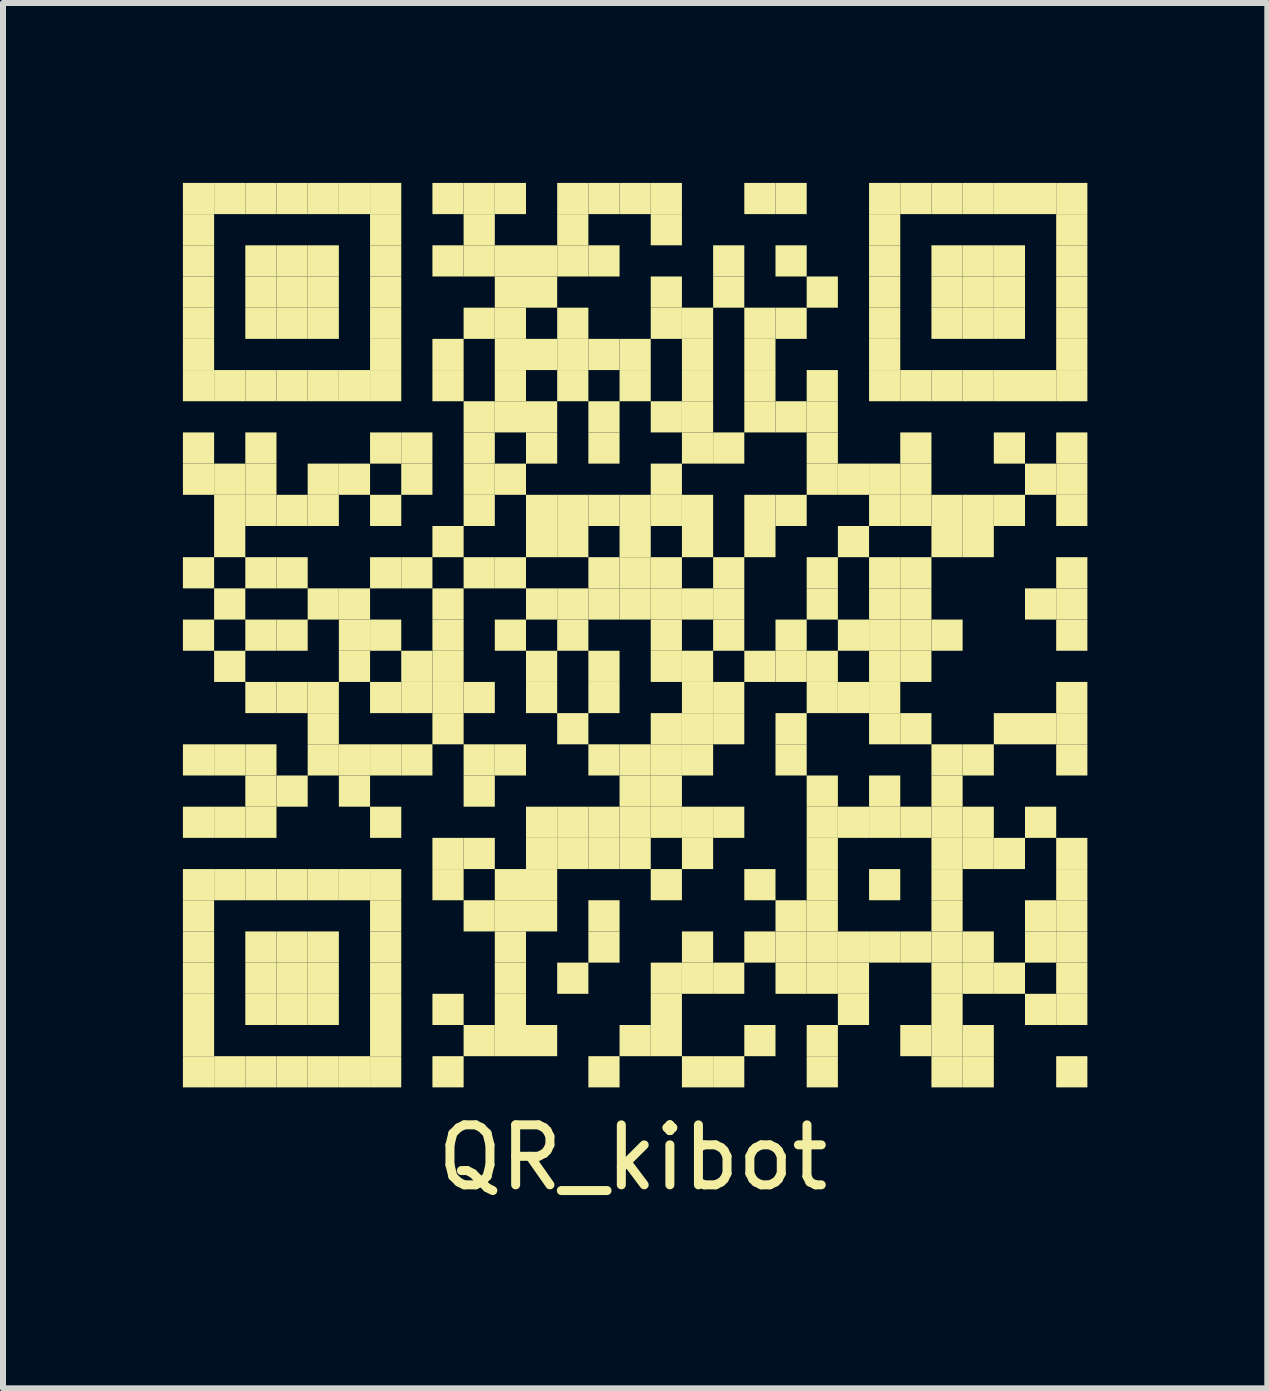
<source format=kicad_pcb>
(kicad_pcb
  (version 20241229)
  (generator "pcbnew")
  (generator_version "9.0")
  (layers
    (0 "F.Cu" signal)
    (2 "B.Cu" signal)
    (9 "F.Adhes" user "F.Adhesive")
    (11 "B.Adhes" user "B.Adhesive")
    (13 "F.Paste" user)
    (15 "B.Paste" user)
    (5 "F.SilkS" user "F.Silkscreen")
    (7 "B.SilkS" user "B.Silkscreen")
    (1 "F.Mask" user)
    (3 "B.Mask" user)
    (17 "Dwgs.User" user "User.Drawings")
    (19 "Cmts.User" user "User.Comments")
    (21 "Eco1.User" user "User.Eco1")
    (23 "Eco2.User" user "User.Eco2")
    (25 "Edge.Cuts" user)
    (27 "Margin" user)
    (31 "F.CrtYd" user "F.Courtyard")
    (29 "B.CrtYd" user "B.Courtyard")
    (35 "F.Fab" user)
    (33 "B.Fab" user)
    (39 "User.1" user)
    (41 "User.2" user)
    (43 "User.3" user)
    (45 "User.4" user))
  (footprint "QR_kibot"
    (layer "F.Cu")
    (at 7.5 7.5)
    (property "Reference" "QR_kibot" (at 0 8.75 0) (layer "F.SilkS") (effects (font (size 1 1) (thickness 0.15))))
    (attr exclude_from_pos_files exclude_from_bom)
    (fp_poly (pts (xy -7.5 -7.5) (xy -7.5 -6.98) (xy -6.98 -6.98) (xy -6.98 -7.5)) (stroke (width 0) (type solid)) (fill yes) (layer "F.SilkS"))
    (fp_poly (pts (xy -7.5 -6.98) (xy -7.5 -6.46) (xy -6.98 -6.46) (xy -6.98 -6.98)) (stroke (width 0) (type solid)) (fill yes) (layer "F.SilkS"))
    (fp_poly (pts (xy -7.5 -6.46) (xy -7.5 -5.94) (xy -6.98 -5.94) (xy -6.98 -6.46)) (stroke (width 0) (type solid)) (fill yes) (layer "F.SilkS"))
    (fp_poly (pts (xy -7.5 -5.94) (xy -7.5 -5.42) (xy -6.98 -5.42) (xy -6.98 -5.94)) (stroke (width 0) (type solid)) (fill yes) (layer "F.SilkS"))
    (fp_poly (pts (xy -7.5 -5.42) (xy -7.5 -4.9) (xy -6.98 -4.9) (xy -6.98 -5.42)) (stroke (width 0) (type solid)) (fill yes) (layer "F.SilkS"))
    (fp_poly (pts (xy -7.5 -4.9) (xy -7.5 -4.38) (xy -6.98 -4.38) (xy -6.98 -4.9)) (stroke (width 0) (type solid)) (fill yes) (layer "F.SilkS"))
    (fp_poly (pts (xy -7.5 -4.38) (xy -7.5 -3.86) (xy -6.98 -3.86) (xy -6.98 -4.38)) (stroke (width 0) (type solid)) (fill yes) (layer "F.SilkS"))
    (fp_poly (pts (xy -7.5 -3.34) (xy -7.5 -2.82) (xy -6.98 -2.82) (xy -6.98 -3.34)) (stroke (width 0) (type solid)) (fill yes) (layer "F.SilkS"))
    (fp_poly (pts (xy -7.5 -2.82) (xy -7.5 -2.3) (xy -6.98 -2.3) (xy -6.98 -2.82)) (stroke (width 0) (type solid)) (fill yes) (layer "F.SilkS"))
    (fp_poly (pts (xy -7.5 -1.26) (xy -7.5 -0.74) (xy -6.98 -0.74) (xy -6.98 -1.26)) (stroke (width 0) (type solid)) (fill yes) (layer "F.SilkS"))
    (fp_poly (pts (xy -7.5 -0.22) (xy -7.5 0.3) (xy -6.98 0.3) (xy -6.98 -0.22)) (stroke (width 0) (type solid)) (fill yes) (layer "F.SilkS"))
    (fp_poly (pts (xy -7.5 1.86) (xy -7.5 2.38) (xy -6.98 2.38) (xy -6.98 1.86)) (stroke (width 0) (type solid)) (fill yes) (layer "F.SilkS"))
    (fp_poly (pts (xy -7.5 2.9) (xy -7.5 3.42) (xy -6.98 3.42) (xy -6.98 2.9)) (stroke (width 0) (type solid)) (fill yes) (layer "F.SilkS"))
    (fp_poly (pts (xy -7.5 3.94) (xy -7.5 4.46) (xy -6.98 4.46) (xy -6.98 3.94)) (stroke (width 0) (type solid)) (fill yes) (layer "F.SilkS"))
    (fp_poly (pts (xy -7.5 4.46) (xy -7.5 4.98) (xy -6.98 4.98) (xy -6.98 4.46)) (stroke (width 0) (type solid)) (fill yes) (layer "F.SilkS"))
    (fp_poly (pts (xy -7.5 4.98) (xy -7.5 5.5) (xy -6.98 5.5) (xy -6.98 4.98)) (stroke (width 0) (type solid)) (fill yes) (layer "F.SilkS"))
    (fp_poly (pts (xy -7.5 5.5) (xy -7.5 6.02) (xy -6.98 6.02) (xy -6.98 5.5)) (stroke (width 0) (type solid)) (fill yes) (layer "F.SilkS"))
    (fp_poly (pts (xy -7.5 6.02) (xy -7.5 6.54) (xy -6.98 6.54) (xy -6.98 6.02)) (stroke (width 0) (type solid)) (fill yes) (layer "F.SilkS"))
    (fp_poly (pts (xy -7.5 6.54) (xy -7.5 7.06) (xy -6.98 7.06) (xy -6.98 6.54)) (stroke (width 0) (type solid)) (fill yes) (layer "F.SilkS"))
    (fp_poly (pts (xy -7.5 7.06) (xy -7.5 7.58) (xy -6.98 7.58) (xy -6.98 7.06)) (stroke (width 0) (type solid)) (fill yes) (layer "F.SilkS"))
    (fp_poly (pts (xy -6.98 -7.5) (xy -6.98 -6.98) (xy -6.46 -6.98) (xy -6.46 -7.5)) (stroke (width 0) (type solid)) (fill yes) (layer "F.SilkS"))
    (fp_poly (pts (xy -6.98 -4.38) (xy -6.98 -3.86) (xy -6.46 -3.86) (xy -6.46 -4.38)) (stroke (width 0) (type solid)) (fill yes) (layer "F.SilkS"))
    (fp_poly (pts (xy -6.98 -2.82) (xy -6.98 -2.3) (xy -6.46 -2.3) (xy -6.46 -2.82)) (stroke (width 0) (type solid)) (fill yes) (layer "F.SilkS"))
    (fp_poly (pts (xy -6.98 -2.3) (xy -6.98 -1.78) (xy -6.46 -1.78) (xy -6.46 -2.3)) (stroke (width 0) (type solid)) (fill yes) (layer "F.SilkS"))
    (fp_poly (pts (xy -6.98 -1.78) (xy -6.98 -1.26) (xy -6.46 -1.26) (xy -6.46 -1.78)) (stroke (width 0) (type solid)) (fill yes) (layer "F.SilkS"))
    (fp_poly (pts (xy -6.98 -0.74) (xy -6.98 -0.22) (xy -6.46 -0.22) (xy -6.46 -0.74)) (stroke (width 0) (type solid)) (fill yes) (layer "F.SilkS"))
    (fp_poly (pts (xy -6.98 0.3) (xy -6.98 0.82) (xy -6.46 0.82) (xy -6.46 0.3)) (stroke (width 0) (type solid)) (fill yes) (layer "F.SilkS"))
    (fp_poly (pts (xy -6.98 1.86) (xy -6.98 2.38) (xy -6.46 2.38) (xy -6.46 1.86)) (stroke (width 0) (type solid)) (fill yes) (layer "F.SilkS"))
    (fp_poly (pts (xy -6.98 2.9) (xy -6.98 3.42) (xy -6.46 3.42) (xy -6.46 2.9)) (stroke (width 0) (type solid)) (fill yes) (layer "F.SilkS"))
    (fp_poly (pts (xy -6.98 3.94) (xy -6.98 4.46) (xy -6.46 4.46) (xy -6.46 3.94)) (stroke (width 0) (type solid)) (fill yes) (layer "F.SilkS"))
    (fp_poly (pts (xy -6.98 7.06) (xy -6.98 7.58) (xy -6.46 7.58) (xy -6.46 7.06)) (stroke (width 0) (type solid)) (fill yes) (layer "F.SilkS"))
    (fp_poly (pts (xy -6.46 -7.5) (xy -6.46 -6.98) (xy -5.94 -6.98) (xy -5.94 -7.5)) (stroke (width 0) (type solid)) (fill yes) (layer "F.SilkS"))
    (fp_poly (pts (xy -6.46 -6.46) (xy -6.46 -5.94) (xy -5.94 -5.94) (xy -5.94 -6.46)) (stroke (width 0) (type solid)) (fill yes) (layer "F.SilkS"))
    (fp_poly (pts (xy -6.46 -5.94) (xy -6.46 -5.42) (xy -5.94 -5.42) (xy -5.94 -5.94)) (stroke (width 0) (type solid)) (fill yes) (layer "F.SilkS"))
    (fp_poly (pts (xy -6.46 -5.42) (xy -6.46 -4.9) (xy -5.94 -4.9) (xy -5.94 -5.42)) (stroke (width 0) (type solid)) (fill yes) (layer "F.SilkS"))
    (fp_poly (pts (xy -6.46 -4.38) (xy -6.46 -3.86) (xy -5.94 -3.86) (xy -5.94 -4.38)) (stroke (width 0) (type solid)) (fill yes) (layer "F.SilkS"))
    (fp_poly (pts (xy -6.46 -3.34) (xy -6.46 -2.82) (xy -5.94 -2.82) (xy -5.94 -3.34)) (stroke (width 0) (type solid)) (fill yes) (layer "F.SilkS"))
    (fp_poly (pts (xy -6.46 -2.82) (xy -6.46 -2.3) (xy -5.94 -2.3) (xy -5.94 -2.82)) (stroke (width 0) (type solid)) (fill yes) (layer "F.SilkS"))
    (fp_poly (pts (xy -6.46 -2.3) (xy -6.46 -1.78) (xy -5.94 -1.78) (xy -5.94 -2.3)) (stroke (width 0) (type solid)) (fill yes) (layer "F.SilkS"))
    (fp_poly (pts (xy -6.46 -1.26) (xy -6.46 -0.74) (xy -5.94 -0.74) (xy -5.94 -1.26)) (stroke (width 0) (type solid)) (fill yes) (layer "F.SilkS"))
    (fp_poly (pts (xy -6.46 -0.22) (xy -6.46 0.3) (xy -5.94 0.3) (xy -5.94 -0.22)) (stroke (width 0) (type solid)) (fill yes) (layer "F.SilkS"))
    (fp_poly (pts (xy -6.46 0.82) (xy -6.46 1.34) (xy -5.94 1.34) (xy -5.94 0.82)) (stroke (width 0) (type solid)) (fill yes) (layer "F.SilkS"))
    (fp_poly (pts (xy -6.46 1.86) (xy -6.46 2.38) (xy -5.94 2.38) (xy -5.94 1.86)) (stroke (width 0) (type solid)) (fill yes) (layer "F.SilkS"))
    (fp_poly (pts (xy -6.46 2.38) (xy -6.46 2.9) (xy -5.94 2.9) (xy -5.94 2.38)) (stroke (width 0) (type solid)) (fill yes) (layer "F.SilkS"))
    (fp_poly (pts (xy -6.46 2.9) (xy -6.46 3.42) (xy -5.94 3.42) (xy -5.94 2.9)) (stroke (width 0) (type solid)) (fill yes) (layer "F.SilkS"))
    (fp_poly (pts (xy -6.46 3.94) (xy -6.46 4.46) (xy -5.94 4.46) (xy -5.94 3.94)) (stroke (width 0) (type solid)) (fill yes) (layer "F.SilkS"))
    (fp_poly (pts (xy -6.46 4.98) (xy -6.46 5.5) (xy -5.94 5.5) (xy -5.94 4.98)) (stroke (width 0) (type solid)) (fill yes) (layer "F.SilkS"))
    (fp_poly (pts (xy -6.46 5.5) (xy -6.46 6.02) (xy -5.94 6.02) (xy -5.94 5.5)) (stroke (width 0) (type solid)) (fill yes) (layer "F.SilkS"))
    (fp_poly (pts (xy -6.46 6.02) (xy -6.46 6.54) (xy -5.94 6.54) (xy -5.94 6.02)) (stroke (width 0) (type solid)) (fill yes) (layer "F.SilkS"))
    (fp_poly (pts (xy -6.46 7.06) (xy -6.46 7.58) (xy -5.94 7.58) (xy -5.94 7.06)) (stroke (width 0) (type solid)) (fill yes) (layer "F.SilkS"))
    (fp_poly (pts (xy -5.94 -7.5) (xy -5.94 -6.98) (xy -5.42 -6.98) (xy -5.42 -7.5)) (stroke (width 0) (type solid)) (fill yes) (layer "F.SilkS"))
    (fp_poly (pts (xy -5.94 -6.46) (xy -5.94 -5.94) (xy -5.42 -5.94) (xy -5.42 -6.46)) (stroke (width 0) (type solid)) (fill yes) (layer "F.SilkS"))
    (fp_poly (pts (xy -5.94 -5.94) (xy -5.94 -5.42) (xy -5.42 -5.42) (xy -5.42 -5.94)) (stroke (width 0) (type solid)) (fill yes) (layer "F.SilkS"))
    (fp_poly (pts (xy -5.94 -5.42) (xy -5.94 -4.9) (xy -5.42 -4.9) (xy -5.42 -5.42)) (stroke (width 0) (type solid)) (fill yes) (layer "F.SilkS"))
    (fp_poly (pts (xy -5.94 -4.38) (xy -5.94 -3.86) (xy -5.42 -3.86) (xy -5.42 -4.38)) (stroke (width 0) (type solid)) (fill yes) (layer "F.SilkS"))
    (fp_poly (pts (xy -5.94 -2.3) (xy -5.94 -1.78) (xy -5.42 -1.78) (xy -5.42 -2.3)) (stroke (width 0) (type solid)) (fill yes) (layer "F.SilkS"))
    (fp_poly (pts (xy -5.94 -1.26) (xy -5.94 -0.74) (xy -5.42 -0.74) (xy -5.42 -1.26)) (stroke (width 0) (type solid)) (fill yes) (layer "F.SilkS"))
    (fp_poly (pts (xy -5.94 -0.22) (xy -5.94 0.3) (xy -5.42 0.3) (xy -5.42 -0.22)) (stroke (width 0) (type solid)) (fill yes) (layer "F.SilkS"))
    (fp_poly (pts (xy -5.94 0.82) (xy -5.94 1.34) (xy -5.42 1.34) (xy -5.42 0.82)) (stroke (width 0) (type solid)) (fill yes) (layer "F.SilkS"))
    (fp_poly (pts (xy -5.94 2.38) (xy -5.94 2.9) (xy -5.42 2.9) (xy -5.42 2.38)) (stroke (width 0) (type solid)) (fill yes) (layer "F.SilkS"))
    (fp_poly (pts (xy -5.94 3.94) (xy -5.94 4.46) (xy -5.42 4.46) (xy -5.42 3.94)) (stroke (width 0) (type solid)) (fill yes) (layer "F.SilkS"))
    (fp_poly (pts (xy -5.94 4.98) (xy -5.94 5.5) (xy -5.42 5.5) (xy -5.42 4.98)) (stroke (width 0) (type solid)) (fill yes) (layer "F.SilkS"))
    (fp_poly (pts (xy -5.94 5.5) (xy -5.94 6.02) (xy -5.42 6.02) (xy -5.42 5.5)) (stroke (width 0) (type solid)) (fill yes) (layer "F.SilkS"))
    (fp_poly (pts (xy -5.94 6.02) (xy -5.94 6.54) (xy -5.42 6.54) (xy -5.42 6.02)) (stroke (width 0) (type solid)) (fill yes) (layer "F.SilkS"))
    (fp_poly (pts (xy -5.94 7.06) (xy -5.94 7.58) (xy -5.42 7.58) (xy -5.42 7.06)) (stroke (width 0) (type solid)) (fill yes) (layer "F.SilkS"))
    (fp_poly (pts (xy -5.42 -7.5) (xy -5.42 -6.98) (xy -4.9 -6.98) (xy -4.9 -7.5)) (stroke (width 0) (type solid)) (fill yes) (layer "F.SilkS"))
    (fp_poly (pts (xy -5.42 -6.46) (xy -5.42 -5.94) (xy -4.9 -5.94) (xy -4.9 -6.46)) (stroke (width 0) (type solid)) (fill yes) (layer "F.SilkS"))
    (fp_poly (pts (xy -5.42 -5.94) (xy -5.42 -5.42) (xy -4.9 -5.42) (xy -4.9 -5.94)) (stroke (width 0) (type solid)) (fill yes) (layer "F.SilkS"))
    (fp_poly (pts (xy -5.42 -5.42) (xy -5.42 -4.9) (xy -4.9 -4.9) (xy -4.9 -5.42)) (stroke (width 0) (type solid)) (fill yes) (layer "F.SilkS"))
    (fp_poly (pts (xy -5.42 -4.38) (xy -5.42 -3.86) (xy -4.9 -3.86) (xy -4.9 -4.38)) (stroke (width 0) (type solid)) (fill yes) (layer "F.SilkS"))
    (fp_poly (pts (xy -5.42 -2.82) (xy -5.42 -2.3) (xy -4.9 -2.3) (xy -4.9 -2.82)) (stroke (width 0) (type solid)) (fill yes) (layer "F.SilkS"))
    (fp_poly (pts (xy -5.42 -2.3) (xy -5.42 -1.78) (xy -4.9 -1.78) (xy -4.9 -2.3)) (stroke (width 0) (type solid)) (fill yes) (layer "F.SilkS"))
    (fp_poly (pts (xy -5.42 -0.74) (xy -5.42 -0.22) (xy -4.9 -0.22) (xy -4.9 -0.74)) (stroke (width 0) (type solid)) (fill yes) (layer "F.SilkS"))
    (fp_poly (pts (xy -5.42 0.82) (xy -5.42 1.34) (xy -4.9 1.34) (xy -4.9 0.82)) (stroke (width 0) (type solid)) (fill yes) (layer "F.SilkS"))
    (fp_poly (pts (xy -5.42 1.34) (xy -5.42 1.86) (xy -4.9 1.86) (xy -4.9 1.34)) (stroke (width 0) (type solid)) (fill yes) (layer "F.SilkS"))
    (fp_poly (pts (xy -5.42 1.86) (xy -5.42 2.38) (xy -4.9 2.38) (xy -4.9 1.86)) (stroke (width 0) (type solid)) (fill yes) (layer "F.SilkS"))
    (fp_poly (pts (xy -5.42 3.94) (xy -5.42 4.46) (xy -4.9 4.46) (xy -4.9 3.94)) (stroke (width 0) (type solid)) (fill yes) (layer "F.SilkS"))
    (fp_poly (pts (xy -5.42 4.98) (xy -5.42 5.5) (xy -4.9 5.5) (xy -4.9 4.98)) (stroke (width 0) (type solid)) (fill yes) (layer "F.SilkS"))
    (fp_poly (pts (xy -5.42 5.5) (xy -5.42 6.02) (xy -4.9 6.02) (xy -4.9 5.5)) (stroke (width 0) (type solid)) (fill yes) (layer "F.SilkS"))
    (fp_poly (pts (xy -5.42 6.02) (xy -5.42 6.54) (xy -4.9 6.54) (xy -4.9 6.02)) (stroke (width 0) (type solid)) (fill yes) (layer "F.SilkS"))
    (fp_poly (pts (xy -5.42 7.06) (xy -5.42 7.58) (xy -4.9 7.58) (xy -4.9 7.06)) (stroke (width 0) (type solid)) (fill yes) (layer "F.SilkS"))
    (fp_poly (pts (xy -4.9 -7.5) (xy -4.9 -6.98) (xy -4.38 -6.98) (xy -4.38 -7.5)) (stroke (width 0) (type solid)) (fill yes) (layer "F.SilkS"))
    (fp_poly (pts (xy -4.9 -4.38) (xy -4.9 -3.86) (xy -4.38 -3.86) (xy -4.38 -4.38)) (stroke (width 0) (type solid)) (fill yes) (layer "F.SilkS"))
    (fp_poly (pts (xy -4.9 -2.82) (xy -4.9 -2.3) (xy -4.38 -2.3) (xy -4.38 -2.82)) (stroke (width 0) (type solid)) (fill yes) (layer "F.SilkS"))
    (fp_poly (pts (xy -4.9 -0.74) (xy -4.9 -0.22) (xy -4.38 -0.22) (xy -4.38 -0.74)) (stroke (width 0) (type solid)) (fill yes) (layer "F.SilkS"))
    (fp_poly (pts (xy -4.9 -0.22) (xy -4.9 0.3) (xy -4.38 0.3) (xy -4.38 -0.22)) (stroke (width 0) (type solid)) (fill yes) (layer "F.SilkS"))
    (fp_poly (pts (xy -4.9 0.3) (xy -4.9 0.82) (xy -4.38 0.82) (xy -4.38 0.3)) (stroke (width 0) (type solid)) (fill yes) (layer "F.SilkS"))
    (fp_poly (pts (xy -4.9 1.86) (xy -4.9 2.38) (xy -4.38 2.38) (xy -4.38 1.86)) (stroke (width 0) (type solid)) (fill yes) (layer "F.SilkS"))
    (fp_poly (pts (xy -4.9 2.38) (xy -4.9 2.9) (xy -4.38 2.9) (xy -4.38 2.38)) (stroke (width 0) (type solid)) (fill yes) (layer "F.SilkS"))
    (fp_poly (pts (xy -4.9 3.94) (xy -4.9 4.46) (xy -4.38 4.46) (xy -4.38 3.94)) (stroke (width 0) (type solid)) (fill yes) (layer "F.SilkS"))
    (fp_poly (pts (xy -4.9 7.06) (xy -4.9 7.58) (xy -4.38 7.58) (xy -4.38 7.06)) (stroke (width 0) (type solid)) (fill yes) (layer "F.SilkS"))
    (fp_poly (pts (xy -4.38 -7.5) (xy -4.38 -6.98) (xy -3.86 -6.98) (xy -3.86 -7.5)) (stroke (width 0) (type solid)) (fill yes) (layer "F.SilkS"))
    (fp_poly (pts (xy -4.38 -6.98) (xy -4.38 -6.46) (xy -3.86 -6.46) (xy -3.86 -6.98)) (stroke (width 0) (type solid)) (fill yes) (layer "F.SilkS"))
    (fp_poly (pts (xy -4.38 -6.46) (xy -4.38 -5.94) (xy -3.86 -5.94) (xy -3.86 -6.46)) (stroke (width 0) (type solid)) (fill yes) (layer "F.SilkS"))
    (fp_poly (pts (xy -4.38 -5.94) (xy -4.38 -5.42) (xy -3.86 -5.42) (xy -3.86 -5.94)) (stroke (width 0) (type solid)) (fill yes) (layer "F.SilkS"))
    (fp_poly (pts (xy -4.38 -5.42) (xy -4.38 -4.9) (xy -3.86 -4.9) (xy -3.86 -5.42)) (stroke (width 0) (type solid)) (fill yes) (layer "F.SilkS"))
    (fp_poly (pts (xy -4.38 -4.9) (xy -4.38 -4.38) (xy -3.86 -4.38) (xy -3.86 -4.9)) (stroke (width 0) (type solid)) (fill yes) (layer "F.SilkS"))
    (fp_poly (pts (xy -4.38 -4.38) (xy -4.38 -3.86) (xy -3.86 -3.86) (xy -3.86 -4.38)) (stroke (width 0) (type solid)) (fill yes) (layer "F.SilkS"))
    (fp_poly (pts (xy -4.38 -3.34) (xy -4.38 -2.82) (xy -3.86 -2.82) (xy -3.86 -3.34)) (stroke (width 0) (type solid)) (fill yes) (layer "F.SilkS"))
    (fp_poly (pts (xy -4.38 -2.3) (xy -4.38 -1.78) (xy -3.86 -1.78) (xy -3.86 -2.3)) (stroke (width 0) (type solid)) (fill yes) (layer "F.SilkS"))
    (fp_poly (pts (xy -4.38 -1.26) (xy -4.38 -0.74) (xy -3.86 -0.74) (xy -3.86 -1.26)) (stroke (width 0) (type solid)) (fill yes) (layer "F.SilkS"))
    (fp_poly (pts (xy -4.38 -0.22) (xy -4.38 0.3) (xy -3.86 0.3) (xy -3.86 -0.22)) (stroke (width 0) (type solid)) (fill yes) (layer "F.SilkS"))
    (fp_poly (pts (xy -4.38 0.82) (xy -4.38 1.34) (xy -3.86 1.34) (xy -3.86 0.82)) (stroke (width 0) (type solid)) (fill yes) (layer "F.SilkS"))
    (fp_poly (pts (xy -4.38 1.86) (xy -4.38 2.38) (xy -3.86 2.38) (xy -3.86 1.86)) (stroke (width 0) (type solid)) (fill yes) (layer "F.SilkS"))
    (fp_poly (pts (xy -4.38 2.9) (xy -4.38 3.42) (xy -3.86 3.42) (xy -3.86 2.9)) (stroke (width 0) (type solid)) (fill yes) (layer "F.SilkS"))
    (fp_poly (pts (xy -4.38 3.94) (xy -4.38 4.46) (xy -3.86 4.46) (xy -3.86 3.94)) (stroke (width 0) (type solid)) (fill yes) (layer "F.SilkS"))
    (fp_poly (pts (xy -4.38 4.46) (xy -4.38 4.98) (xy -3.86 4.98) (xy -3.86 4.46)) (stroke (width 0) (type solid)) (fill yes) (layer "F.SilkS"))
    (fp_poly (pts (xy -4.38 4.98) (xy -4.38 5.5) (xy -3.86 5.5) (xy -3.86 4.98)) (stroke (width 0) (type solid)) (fill yes) (layer "F.SilkS"))
    (fp_poly (pts (xy -4.38 5.5) (xy -4.38 6.02) (xy -3.86 6.02) (xy -3.86 5.5)) (stroke (width 0) (type solid)) (fill yes) (layer "F.SilkS"))
    (fp_poly (pts (xy -4.38 6.02) (xy -4.38 6.54) (xy -3.86 6.54) (xy -3.86 6.02)) (stroke (width 0) (type solid)) (fill yes) (layer "F.SilkS"))
    (fp_poly (pts (xy -4.38 6.54) (xy -4.38 7.06) (xy -3.86 7.06) (xy -3.86 6.54)) (stroke (width 0) (type solid)) (fill yes) (layer "F.SilkS"))
    (fp_poly (pts (xy -4.38 7.06) (xy -4.38 7.58) (xy -3.86 7.58) (xy -3.86 7.06)) (stroke (width 0) (type solid)) (fill yes) (layer "F.SilkS"))
    (fp_poly (pts (xy -3.86 -3.34) (xy -3.86 -2.82) (xy -3.34 -2.82) (xy -3.34 -3.34)) (stroke (width 0) (type solid)) (fill yes) (layer "F.SilkS"))
    (fp_poly (pts (xy -3.86 -2.82) (xy -3.86 -2.3) (xy -3.34 -2.3) (xy -3.34 -2.82)) (stroke (width 0) (type solid)) (fill yes) (layer "F.SilkS"))
    (fp_poly (pts (xy -3.86 -1.26) (xy -3.86 -0.74) (xy -3.34 -0.74) (xy -3.34 -1.26)) (stroke (width 0) (type solid)) (fill yes) (layer "F.SilkS"))
    (fp_poly (pts (xy -3.86 0.3) (xy -3.86 0.82) (xy -3.34 0.82) (xy -3.34 0.3)) (stroke (width 0) (type solid)) (fill yes) (layer "F.SilkS"))
    (fp_poly (pts (xy -3.86 0.82) (xy -3.86 1.34) (xy -3.34 1.34) (xy -3.34 0.82)) (stroke (width 0) (type solid)) (fill yes) (layer "F.SilkS"))
    (fp_poly (pts (xy -3.86 1.86) (xy -3.86 2.38) (xy -3.34 2.38) (xy -3.34 1.86)) (stroke (width 0) (type solid)) (fill yes) (layer "F.SilkS"))
    (fp_poly (pts (xy -3.34 -7.5) (xy -3.34 -6.98) (xy -2.82 -6.98) (xy -2.82 -7.5)) (stroke (width 0) (type solid)) (fill yes) (layer "F.SilkS"))
    (fp_poly (pts (xy -3.34 -6.46) (xy -3.34 -5.94) (xy -2.82 -5.94) (xy -2.82 -6.46)) (stroke (width 0) (type solid)) (fill yes) (layer "F.SilkS"))
    (fp_poly (pts (xy -3.34 -4.9) (xy -3.34 -4.38) (xy -2.82 -4.38) (xy -2.82 -4.9)) (stroke (width 0) (type solid)) (fill yes) (layer "F.SilkS"))
    (fp_poly (pts (xy -3.34 -4.38) (xy -3.34 -3.86) (xy -2.82 -3.86) (xy -2.82 -4.38)) (stroke (width 0) (type solid)) (fill yes) (layer "F.SilkS"))
    (fp_poly (pts (xy -3.34 -1.78) (xy -3.34 -1.26) (xy -2.82 -1.26) (xy -2.82 -1.78)) (stroke (width 0) (type solid)) (fill yes) (layer "F.SilkS"))
    (fp_poly (pts (xy -3.34 -0.74) (xy -3.34 -0.22) (xy -2.82 -0.22) (xy -2.82 -0.74)) (stroke (width 0) (type solid)) (fill yes) (layer "F.SilkS"))
    (fp_poly (pts (xy -3.34 -0.22) (xy -3.34 0.3) (xy -2.82 0.3) (xy -2.82 -0.22)) (stroke (width 0) (type solid)) (fill yes) (layer "F.SilkS"))
    (fp_poly (pts (xy -3.34 0.3) (xy -3.34 0.82) (xy -2.82 0.82) (xy -2.82 0.3)) (stroke (width 0) (type solid)) (fill yes) (layer "F.SilkS"))
    (fp_poly (pts (xy -3.34 0.82) (xy -3.34 1.34) (xy -2.82 1.34) (xy -2.82 0.82)) (stroke (width 0) (type solid)) (fill yes) (layer "F.SilkS"))
    (fp_poly (pts (xy -3.34 1.34) (xy -3.34 1.86) (xy -2.82 1.86) (xy -2.82 1.34)) (stroke (width 0) (type solid)) (fill yes) (layer "F.SilkS"))
    (fp_poly (pts (xy -3.34 3.42) (xy -3.34 3.94) (xy -2.82 3.94) (xy -2.82 3.42)) (stroke (width 0) (type solid)) (fill yes) (layer "F.SilkS"))
    (fp_poly (pts (xy -3.34 3.94) (xy -3.34 4.46) (xy -2.82 4.46) (xy -2.82 3.94)) (stroke (width 0) (type solid)) (fill yes) (layer "F.SilkS"))
    (fp_poly (pts (xy -3.34 6.02) (xy -3.34 6.54) (xy -2.82 6.54) (xy -2.82 6.02)) (stroke (width 0) (type solid)) (fill yes) (layer "F.SilkS"))
    (fp_poly (pts (xy -3.34 7.06) (xy -3.34 7.58) (xy -2.82 7.58) (xy -2.82 7.06)) (stroke (width 0) (type solid)) (fill yes) (layer "F.SilkS"))
    (fp_poly (pts (xy -2.82 -7.5) (xy -2.82 -6.98) (xy -2.3 -6.98) (xy -2.3 -7.5)) (stroke (width 0) (type solid)) (fill yes) (layer "F.SilkS"))
    (fp_poly (pts (xy -2.82 -6.98) (xy -2.82 -6.46) (xy -2.3 -6.46) (xy -2.3 -6.98)) (stroke (width 0) (type solid)) (fill yes) (layer "F.SilkS"))
    (fp_poly (pts (xy -2.82 -6.46) (xy -2.82 -5.94) (xy -2.3 -5.94) (xy -2.3 -6.46)) (stroke (width 0) (type solid)) (fill yes) (layer "F.SilkS"))
    (fp_poly (pts (xy -2.82 -5.42) (xy -2.82 -4.9) (xy -2.3 -4.9) (xy -2.3 -5.42)) (stroke (width 0) (type solid)) (fill yes) (layer "F.SilkS"))
    (fp_poly (pts (xy -2.82 -3.86) (xy -2.82 -3.34) (xy -2.3 -3.34) (xy -2.3 -3.86)) (stroke (width 0) (type solid)) (fill yes) (layer "F.SilkS"))
    (fp_poly (pts (xy -2.82 -3.34) (xy -2.82 -2.82) (xy -2.3 -2.82) (xy -2.3 -3.34)) (stroke (width 0) (type solid)) (fill yes) (layer "F.SilkS"))
    (fp_poly (pts (xy -2.82 -2.82) (xy -2.82 -2.3) (xy -2.3 -2.3) (xy -2.3 -2.82)) (stroke (width 0) (type solid)) (fill yes) (layer "F.SilkS"))
    (fp_poly (pts (xy -2.82 -2.3) (xy -2.82 -1.78) (xy -2.3 -1.78) (xy -2.3 -2.3)) (stroke (width 0) (type solid)) (fill yes) (layer "F.SilkS"))
    (fp_poly (pts (xy -2.82 -1.26) (xy -2.82 -0.74) (xy -2.3 -0.74) (xy -2.3 -1.26)) (stroke (width 0) (type solid)) (fill yes) (layer "F.SilkS"))
    (fp_poly (pts (xy -2.82 0.82) (xy -2.82 1.34) (xy -2.3 1.34) (xy -2.3 0.82)) (stroke (width 0) (type solid)) (fill yes) (layer "F.SilkS"))
    (fp_poly (pts (xy -2.82 1.86) (xy -2.82 2.38) (xy -2.3 2.38) (xy -2.3 1.86)) (stroke (width 0) (type solid)) (fill yes) (layer "F.SilkS"))
    (fp_poly (pts (xy -2.82 2.38) (xy -2.82 2.9) (xy -2.3 2.9) (xy -2.3 2.38)) (stroke (width 0) (type solid)) (fill yes) (layer "F.SilkS"))
    (fp_poly (pts (xy -2.82 3.42) (xy -2.82 3.94) (xy -2.3 3.94) (xy -2.3 3.42)) (stroke (width 0) (type solid)) (fill yes) (layer "F.SilkS"))
    (fp_poly (pts (xy -2.82 4.46) (xy -2.82 4.98) (xy -2.3 4.98) (xy -2.3 4.46)) (stroke (width 0) (type solid)) (fill yes) (layer "F.SilkS"))
    (fp_poly (pts (xy -2.82 6.54) (xy -2.82 7.06) (xy -2.3 7.06) (xy -2.3 6.54)) (stroke (width 0) (type solid)) (fill yes) (layer "F.SilkS"))
    (fp_poly (pts (xy -2.3 -7.5) (xy -2.3 -6.98) (xy -1.78 -6.98) (xy -1.78 -7.5)) (stroke (width 0) (type solid)) (fill yes) (layer "F.SilkS"))
    (fp_poly (pts (xy -2.3 -6.46) (xy -2.3 -5.94) (xy -1.78 -5.94) (xy -1.78 -6.46)) (stroke (width 0) (type solid)) (fill yes) (layer "F.SilkS"))
    (fp_poly (pts (xy -2.3 -5.94) (xy -2.3 -5.42) (xy -1.78 -5.42) (xy -1.78 -5.94)) (stroke (width 0) (type solid)) (fill yes) (layer "F.SilkS"))
    (fp_poly (pts (xy -2.3 -5.42) (xy -2.3 -4.9) (xy -1.78 -4.9) (xy -1.78 -5.42)) (stroke (width 0) (type solid)) (fill yes) (layer "F.SilkS"))
    (fp_poly (pts (xy -2.3 -4.9) (xy -2.3 -4.38) (xy -1.78 -4.38) (xy -1.78 -4.9)) (stroke (width 0) (type solid)) (fill yes) (layer "F.SilkS"))
    (fp_poly (pts (xy -2.3 -4.38) (xy -2.3 -3.86) (xy -1.78 -3.86) (xy -1.78 -4.38)) (stroke (width 0) (type solid)) (fill yes) (layer "F.SilkS"))
    (fp_poly (pts (xy -2.3 -3.86) (xy -2.3 -3.34) (xy -1.78 -3.34) (xy -1.78 -3.86)) (stroke (width 0) (type solid)) (fill yes) (layer "F.SilkS"))
    (fp_poly (pts (xy -2.3 -2.82) (xy -2.3 -2.3) (xy -1.78 -2.3) (xy -1.78 -2.82)) (stroke (width 0) (type solid)) (fill yes) (layer "F.SilkS"))
    (fp_poly (pts (xy -2.3 -1.26) (xy -2.3 -0.74) (xy -1.78 -0.74) (xy -1.78 -1.26)) (stroke (width 0) (type solid)) (fill yes) (layer "F.SilkS"))
    (fp_poly (pts (xy -2.3 -0.22) (xy -2.3 0.3) (xy -1.78 0.3) (xy -1.78 -0.22)) (stroke (width 0) (type solid)) (fill yes) (layer "F.SilkS"))
    (fp_poly (pts (xy -2.3 1.86) (xy -2.3 2.38) (xy -1.78 2.38) (xy -1.78 1.86)) (stroke (width 0) (type solid)) (fill yes) (layer "F.SilkS"))
    (fp_poly (pts (xy -2.3 3.94) (xy -2.3 4.46) (xy -1.78 4.46) (xy -1.78 3.94)) (stroke (width 0) (type solid)) (fill yes) (layer "F.SilkS"))
    (fp_poly (pts (xy -2.3 4.46) (xy -2.3 4.98) (xy -1.78 4.98) (xy -1.78 4.46)) (stroke (width 0) (type solid)) (fill yes) (layer "F.SilkS"))
    (fp_poly (pts (xy -2.3 4.98) (xy -2.3 5.5) (xy -1.78 5.5) (xy -1.78 4.98)) (stroke (width 0) (type solid)) (fill yes) (layer "F.SilkS"))
    (fp_poly (pts (xy -2.3 5.5) (xy -2.3 6.02) (xy -1.78 6.02) (xy -1.78 5.5)) (stroke (width 0) (type solid)) (fill yes) (layer "F.SilkS"))
    (fp_poly (pts (xy -2.3 6.02) (xy -2.3 6.54) (xy -1.78 6.54) (xy -1.78 6.02)) (stroke (width 0) (type solid)) (fill yes) (layer "F.SilkS"))
    (fp_poly (pts (xy -2.3 6.54) (xy -2.3 7.06) (xy -1.78 7.06) (xy -1.78 6.54)) (stroke (width 0) (type solid)) (fill yes) (layer "F.SilkS"))
    (fp_poly (pts (xy -1.78 -6.46) (xy -1.78 -5.94) (xy -1.26 -5.94) (xy -1.26 -6.46)) (stroke (width 0) (type solid)) (fill yes) (layer "F.SilkS"))
    (fp_poly (pts (xy -1.78 -5.94) (xy -1.78 -5.42) (xy -1.26 -5.42) (xy -1.26 -5.94)) (stroke (width 0) (type solid)) (fill yes) (layer "F.SilkS"))
    (fp_poly (pts (xy -1.78 -4.9) (xy -1.78 -4.38) (xy -1.26 -4.38) (xy -1.26 -4.9)) (stroke (width 0) (type solid)) (fill yes) (layer "F.SilkS"))
    (fp_poly (pts (xy -1.78 -3.86) (xy -1.78 -3.34) (xy -1.26 -3.34) (xy -1.26 -3.86)) (stroke (width 0) (type solid)) (fill yes) (layer "F.SilkS"))
    (fp_poly (pts (xy -1.78 -3.34) (xy -1.78 -2.82) (xy -1.26 -2.82) (xy -1.26 -3.34)) (stroke (width 0) (type solid)) (fill yes) (layer "F.SilkS"))
    (fp_poly (pts (xy -1.78 -2.3) (xy -1.78 -1.78) (xy -1.26 -1.78) (xy -1.26 -2.3)) (stroke (width 0) (type solid)) (fill yes) (layer "F.SilkS"))
    (fp_poly (pts (xy -1.78 -1.78) (xy -1.78 -1.26) (xy -1.26 -1.26) (xy -1.26 -1.78)) (stroke (width 0) (type solid)) (fill yes) (layer "F.SilkS"))
    (fp_poly (pts (xy -1.78 -0.74) (xy -1.78 -0.22) (xy -1.26 -0.22) (xy -1.26 -0.74)) (stroke (width 0) (type solid)) (fill yes) (layer "F.SilkS"))
    (fp_poly (pts (xy -1.78 0.3) (xy -1.78 0.82) (xy -1.26 0.82) (xy -1.26 0.3)) (stroke (width 0) (type solid)) (fill yes) (layer "F.SilkS"))
    (fp_poly (pts (xy -1.78 0.82) (xy -1.78 1.34) (xy -1.26 1.34) (xy -1.26 0.82)) (stroke (width 0) (type solid)) (fill yes) (layer "F.SilkS"))
    (fp_poly (pts (xy -1.78 2.9) (xy -1.78 3.42) (xy -1.26 3.42) (xy -1.26 2.9)) (stroke (width 0) (type solid)) (fill yes) (layer "F.SilkS"))
    (fp_poly (pts (xy -1.78 3.42) (xy -1.78 3.94) (xy -1.26 3.94) (xy -1.26 3.42)) (stroke (width 0) (type solid)) (fill yes) (layer "F.SilkS"))
    (fp_poly (pts (xy -1.78 3.94) (xy -1.78 4.46) (xy -1.26 4.46) (xy -1.26 3.94)) (stroke (width 0) (type solid)) (fill yes) (layer "F.SilkS"))
    (fp_poly (pts (xy -1.78 4.46) (xy -1.78 4.98) (xy -1.26 4.98) (xy -1.26 4.46)) (stroke (width 0) (type solid)) (fill yes) (layer "F.SilkS"))
    (fp_poly (pts (xy -1.78 6.54) (xy -1.78 7.06) (xy -1.26 7.06) (xy -1.26 6.54)) (stroke (width 0) (type solid)) (fill yes) (layer "F.SilkS"))
    (fp_poly (pts (xy -1.26 -7.5) (xy -1.26 -6.98) (xy -0.74 -6.98) (xy -0.74 -7.5)) (stroke (width 0) (type solid)) (fill yes) (layer "F.SilkS"))
    (fp_poly (pts (xy -1.26 -6.98) (xy -1.26 -6.46) (xy -0.74 -6.46) (xy -0.74 -6.98)) (stroke (width 0) (type solid)) (fill yes) (layer "F.SilkS"))
    (fp_poly (pts (xy -1.26 -6.46) (xy -1.26 -5.94) (xy -0.74 -5.94) (xy -0.74 -6.46)) (stroke (width 0) (type solid)) (fill yes) (layer "F.SilkS"))
    (fp_poly (pts (xy -1.26 -5.42) (xy -1.26 -4.9) (xy -0.74 -4.9) (xy -0.74 -5.42)) (stroke (width 0) (type solid)) (fill yes) (layer "F.SilkS"))
    (fp_poly (pts (xy -1.26 -4.9) (xy -1.26 -4.38) (xy -0.74 -4.38) (xy -0.74 -4.9)) (stroke (width 0) (type solid)) (fill yes) (layer "F.SilkS"))
    (fp_poly (pts (xy -1.26 -4.38) (xy -1.26 -3.86) (xy -0.74 -3.86) (xy -0.74 -4.38)) (stroke (width 0) (type solid)) (fill yes) (layer "F.SilkS"))
    (fp_poly (pts (xy -1.26 -2.3) (xy -1.26 -1.78) (xy -0.74 -1.78) (xy -0.74 -2.3)) (stroke (width 0) (type solid)) (fill yes) (layer "F.SilkS"))
    (fp_poly (pts (xy -1.26 -1.78) (xy -1.26 -1.26) (xy -0.74 -1.26) (xy -0.74 -1.78)) (stroke (width 0) (type solid)) (fill yes) (layer "F.SilkS"))
    (fp_poly (pts (xy -1.26 -0.74) (xy -1.26 -0.22) (xy -0.74 -0.22) (xy -0.74 -0.74)) (stroke (width 0) (type solid)) (fill yes) (layer "F.SilkS"))
    (fp_poly (pts (xy -1.26 -0.22) (xy -1.26 0.3) (xy -0.74 0.3) (xy -0.74 -0.22)) (stroke (width 0) (type solid)) (fill yes) (layer "F.SilkS"))
    (fp_poly (pts (xy -1.26 1.34) (xy -1.26 1.86) (xy -0.74 1.86) (xy -0.74 1.34)) (stroke (width 0) (type solid)) (fill yes) (layer "F.SilkS"))
    (fp_poly (pts (xy -1.26 2.9) (xy -1.26 3.42) (xy -0.74 3.42) (xy -0.74 2.9)) (stroke (width 0) (type solid)) (fill yes) (layer "F.SilkS"))
    (fp_poly (pts (xy -1.26 3.42) (xy -1.26 3.94) (xy -0.74 3.94) (xy -0.74 3.42)) (stroke (width 0) (type solid)) (fill yes) (layer "F.SilkS"))
    (fp_poly (pts (xy -1.26 5.5) (xy -1.26 6.02) (xy -0.74 6.02) (xy -0.74 5.5)) (stroke (width 0) (type solid)) (fill yes) (layer "F.SilkS"))
    (fp_poly (pts (xy -0.74 -7.5) (xy -0.74 -6.98) (xy -0.22 -6.98) (xy -0.22 -7.5)) (stroke (width 0) (type solid)) (fill yes) (layer "F.SilkS"))
    (fp_poly (pts (xy -0.74 -6.46) (xy -0.74 -5.94) (xy -0.22 -5.94) (xy -0.22 -6.46)) (stroke (width 0) (type solid)) (fill yes) (layer "F.SilkS"))
    (fp_poly (pts (xy -0.74 -4.9) (xy -0.74 -4.38) (xy -0.22 -4.38) (xy -0.22 -4.9)) (stroke (width 0) (type solid)) (fill yes) (layer "F.SilkS"))
    (fp_poly (pts (xy -0.74 -3.86) (xy -0.74 -3.34) (xy -0.22 -3.34) (xy -0.22 -3.86)) (stroke (width 0) (type solid)) (fill yes) (layer "F.SilkS"))
    (fp_poly (pts (xy -0.74 -3.34) (xy -0.74 -2.82) (xy -0.22 -2.82) (xy -0.22 -3.34)) (stroke (width 0) (type solid)) (fill yes) (layer "F.SilkS"))
    (fp_poly (pts (xy -0.74 -2.3) (xy -0.74 -1.78) (xy -0.22 -1.78) (xy -0.22 -2.3)) (stroke (width 0) (type solid)) (fill yes) (layer "F.SilkS"))
    (fp_poly (pts (xy -0.74 -1.26) (xy -0.74 -0.74) (xy -0.22 -0.74) (xy -0.22 -1.26)) (stroke (width 0) (type solid)) (fill yes) (layer "F.SilkS"))
    (fp_poly (pts (xy -0.74 -0.74) (xy -0.74 -0.22) (xy -0.22 -0.22) (xy -0.22 -0.74)) (stroke (width 0) (type solid)) (fill yes) (layer "F.SilkS"))
    (fp_poly (pts (xy -0.74 0.3) (xy -0.74 0.82) (xy -0.22 0.82) (xy -0.22 0.3)) (stroke (width 0) (type solid)) (fill yes) (layer "F.SilkS"))
    (fp_poly (pts (xy -0.74 0.82) (xy -0.74 1.34) (xy -0.22 1.34) (xy -0.22 0.82)) (stroke (width 0) (type solid)) (fill yes) (layer "F.SilkS"))
    (fp_poly (pts (xy -0.74 1.86) (xy -0.74 2.38) (xy -0.22 2.38) (xy -0.22 1.86)) (stroke (width 0) (type solid)) (fill yes) (layer "F.SilkS"))
    (fp_poly (pts (xy -0.74 2.9) (xy -0.74 3.42) (xy -0.22 3.42) (xy -0.22 2.9)) (stroke (width 0) (type solid)) (fill yes) (layer "F.SilkS"))
    (fp_poly (pts (xy -0.74 3.42) (xy -0.74 3.94) (xy -0.22 3.94) (xy -0.22 3.42)) (stroke (width 0) (type solid)) (fill yes) (layer "F.SilkS"))
    (fp_poly (pts (xy -0.74 4.46) (xy -0.74 4.98) (xy -0.22 4.98) (xy -0.22 4.46)) (stroke (width 0) (type solid)) (fill yes) (layer "F.SilkS"))
    (fp_poly (pts (xy -0.74 4.98) (xy -0.74 5.5) (xy -0.22 5.5) (xy -0.22 4.98)) (stroke (width 0) (type solid)) (fill yes) (layer "F.SilkS"))
    (fp_poly (pts (xy -0.74 7.06) (xy -0.74 7.58) (xy -0.22 7.58) (xy -0.22 7.06)) (stroke (width 0) (type solid)) (fill yes) (layer "F.SilkS"))
    (fp_poly (pts (xy -0.22 -7.5) (xy -0.22 -6.98) (xy 0.3 -6.98) (xy 0.3 -7.5)) (stroke (width 0) (type solid)) (fill yes) (layer "F.SilkS"))
    (fp_poly (pts (xy -0.22 -4.9) (xy -0.22 -4.38) (xy 0.3 -4.38) (xy 0.3 -4.9)) (stroke (width 0) (type solid)) (fill yes) (layer "F.SilkS"))
    (fp_poly (pts (xy -0.22 -4.38) (xy -0.22 -3.86) (xy 0.3 -3.86) (xy 0.3 -4.38)) (stroke (width 0) (type solid)) (fill yes) (layer "F.SilkS"))
    (fp_poly (pts (xy -0.22 -2.3) (xy -0.22 -1.78) (xy 0.3 -1.78) (xy 0.3 -2.3)) (stroke (width 0) (type solid)) (fill yes) (layer "F.SilkS"))
    (fp_poly (pts (xy -0.22 -1.78) (xy -0.22 -1.26) (xy 0.3 -1.26) (xy 0.3 -1.78)) (stroke (width 0) (type solid)) (fill yes) (layer "F.SilkS"))
    (fp_poly (pts (xy -0.22 -1.26) (xy -0.22 -0.74) (xy 0.3 -0.74) (xy 0.3 -1.26)) (stroke (width 0) (type solid)) (fill yes) (layer "F.SilkS"))
    (fp_poly (pts (xy -0.22 -0.74) (xy -0.22 -0.22) (xy 0.3 -0.22) (xy 0.3 -0.74)) (stroke (width 0) (type solid)) (fill yes) (layer "F.SilkS"))
    (fp_poly (pts (xy -0.22 1.86) (xy -0.22 2.38) (xy 0.3 2.38) (xy 0.3 1.86)) (stroke (width 0) (type solid)) (fill yes) (layer "F.SilkS"))
    (fp_poly (pts (xy -0.22 2.38) (xy -0.22 2.9) (xy 0.3 2.9) (xy 0.3 2.38)) (stroke (width 0) (type solid)) (fill yes) (layer "F.SilkS"))
    (fp_poly (pts (xy -0.22 2.9) (xy -0.22 3.42) (xy 0.3 3.42) (xy 0.3 2.9)) (stroke (width 0) (type solid)) (fill yes) (layer "F.SilkS"))
    (fp_poly (pts (xy -0.22 3.42) (xy -0.22 3.94) (xy 0.3 3.94) (xy 0.3 3.42)) (stroke (width 0) (type solid)) (fill yes) (layer "F.SilkS"))
    (fp_poly (pts (xy -0.22 6.54) (xy -0.22 7.06) (xy 0.3 7.06) (xy 0.3 6.54)) (stroke (width 0) (type solid)) (fill yes) (layer "F.SilkS"))
    (fp_poly (pts (xy 0.3 -7.5) (xy 0.3 -6.98) (xy 0.82 -6.98) (xy 0.82 -7.5)) (stroke (width 0) (type solid)) (fill yes) (layer "F.SilkS"))
    (fp_poly (pts (xy 0.3 -6.98) (xy 0.3 -6.46) (xy 0.82 -6.46) (xy 0.82 -6.98)) (stroke (width 0) (type solid)) (fill yes) (layer "F.SilkS"))
    (fp_poly (pts (xy 0.3 -5.94) (xy 0.3 -5.42) (xy 0.82 -5.42) (xy 0.82 -5.94)) (stroke (width 0) (type solid)) (fill yes) (layer "F.SilkS"))
    (fp_poly (pts (xy 0.3 -5.42) (xy 0.3 -4.9) (xy 0.82 -4.9) (xy 0.82 -5.42)) (stroke (width 0) (type solid)) (fill yes) (layer "F.SilkS"))
    (fp_poly (pts (xy 0.3 -3.86) (xy 0.3 -3.34) (xy 0.82 -3.34) (xy 0.82 -3.86)) (stroke (width 0) (type solid)) (fill yes) (layer "F.SilkS"))
    (fp_poly (pts (xy 0.3 -2.82) (xy 0.3 -2.3) (xy 0.82 -2.3) (xy 0.82 -2.82)) (stroke (width 0) (type solid)) (fill yes) (layer "F.SilkS"))
    (fp_poly (pts (xy 0.3 -2.3) (xy 0.3 -1.78) (xy 0.82 -1.78) (xy 0.82 -2.3)) (stroke (width 0) (type solid)) (fill yes) (layer "F.SilkS"))
    (fp_poly (pts (xy 0.3 -1.26) (xy 0.3 -0.74) (xy 0.82 -0.74) (xy 0.82 -1.26)) (stroke (width 0) (type solid)) (fill yes) (layer "F.SilkS"))
    (fp_poly (pts (xy 0.3 -0.74) (xy 0.3 -0.22) (xy 0.82 -0.22) (xy 0.82 -0.74)) (stroke (width 0) (type solid)) (fill yes) (layer "F.SilkS"))
    (fp_poly (pts (xy 0.3 -0.22) (xy 0.3 0.3) (xy 0.82 0.3) (xy 0.82 -0.22)) (stroke (width 0) (type solid)) (fill yes) (layer "F.SilkS"))
    (fp_poly (pts (xy 0.3 0.3) (xy 0.3 0.82) (xy 0.82 0.82) (xy 0.82 0.3)) (stroke (width 0) (type solid)) (fill yes) (layer "F.SilkS"))
    (fp_poly (pts (xy 0.3 1.34) (xy 0.3 1.86) (xy 0.82 1.86) (xy 0.82 1.34)) (stroke (width 0) (type solid)) (fill yes) (layer "F.SilkS"))
    (fp_poly (pts (xy 0.3 1.86) (xy 0.3 2.38) (xy 0.82 2.38) (xy 0.82 1.86)) (stroke (width 0) (type solid)) (fill yes) (layer "F.SilkS"))
    (fp_poly (pts (xy 0.3 2.38) (xy 0.3 2.9) (xy 0.82 2.9) (xy 0.82 2.38)) (stroke (width 0) (type solid)) (fill yes) (layer "F.SilkS"))
    (fp_poly (pts (xy 0.3 2.9) (xy 0.3 3.42) (xy 0.82 3.42) (xy 0.82 2.9)) (stroke (width 0) (type solid)) (fill yes) (layer "F.SilkS"))
    (fp_poly (pts (xy 0.3 3.94) (xy 0.3 4.46) (xy 0.82 4.46) (xy 0.82 3.94)) (stroke (width 0) (type solid)) (fill yes) (layer "F.SilkS"))
    (fp_poly (pts (xy 0.3 5.5) (xy 0.3 6.02) (xy 0.82 6.02) (xy 0.82 5.5)) (stroke (width 0) (type solid)) (fill yes) (layer "F.SilkS"))
    (fp_poly (pts (xy 0.3 6.02) (xy 0.3 6.54) (xy 0.82 6.54) (xy 0.82 6.02)) (stroke (width 0) (type solid)) (fill yes) (layer "F.SilkS"))
    (fp_poly (pts (xy 0.3 6.54) (xy 0.3 7.06) (xy 0.82 7.06) (xy 0.82 6.54)) (stroke (width 0) (type solid)) (fill yes) (layer "F.SilkS"))
    (fp_poly (pts (xy 0.82 -5.42) (xy 0.82 -4.9) (xy 1.34 -4.9) (xy 1.34 -5.42)) (stroke (width 0) (type solid)) (fill yes) (layer "F.SilkS"))
    (fp_poly (pts (xy 0.82 -4.9) (xy 0.82 -4.38) (xy 1.34 -4.38) (xy 1.34 -4.9)) (stroke (width 0) (type solid)) (fill yes) (layer "F.SilkS"))
    (fp_poly (pts (xy 0.82 -4.38) (xy 0.82 -3.86) (xy 1.34 -3.86) (xy 1.34 -4.38)) (stroke (width 0) (type solid)) (fill yes) (layer "F.SilkS"))
    (fp_poly (pts (xy 0.82 -3.86) (xy 0.82 -3.34) (xy 1.34 -3.34) (xy 1.34 -3.86)) (stroke (width 0) (type solid)) (fill yes) (layer "F.SilkS"))
    (fp_poly (pts (xy 0.82 -3.34) (xy 0.82 -2.82) (xy 1.34 -2.82) (xy 1.34 -3.34)) (stroke (width 0) (type solid)) (fill yes) (layer "F.SilkS"))
    (fp_poly (pts (xy 0.82 -2.3) (xy 0.82 -1.78) (xy 1.34 -1.78) (xy 1.34 -2.3)) (stroke (width 0) (type solid)) (fill yes) (layer "F.SilkS"))
    (fp_poly (pts (xy 0.82 -1.78) (xy 0.82 -1.26) (xy 1.34 -1.26) (xy 1.34 -1.78)) (stroke (width 0) (type solid)) (fill yes) (layer "F.SilkS"))
    (fp_poly (pts (xy 0.82 -0.74) (xy 0.82 -0.22) (xy 1.34 -0.22) (xy 1.34 -0.74)) (stroke (width 0) (type solid)) (fill yes) (layer "F.SilkS"))
    (fp_poly (pts (xy 0.82 0.3) (xy 0.82 0.82) (xy 1.34 0.82) (xy 1.34 0.3)) (stroke (width 0) (type solid)) (fill yes) (layer "F.SilkS"))
    (fp_poly (pts (xy 0.82 0.82) (xy 0.82 1.34) (xy 1.34 1.34) (xy 1.34 0.82)) (stroke (width 0) (type solid)) (fill yes) (layer "F.SilkS"))
    (fp_poly (pts (xy 0.82 1.34) (xy 0.82 1.86) (xy 1.34 1.86) (xy 1.34 1.34)) (stroke (width 0) (type solid)) (fill yes) (layer "F.SilkS"))
    (fp_poly (pts (xy 0.82 1.86) (xy 0.82 2.38) (xy 1.34 2.38) (xy 1.34 1.86)) (stroke (width 0) (type solid)) (fill yes) (layer "F.SilkS"))
    (fp_poly (pts (xy 0.82 2.9) (xy 0.82 3.42) (xy 1.34 3.42) (xy 1.34 2.9)) (stroke (width 0) (type solid)) (fill yes) (layer "F.SilkS"))
    (fp_poly (pts (xy 0.82 3.42) (xy 0.82 3.94) (xy 1.34 3.94) (xy 1.34 3.42)) (stroke (width 0) (type solid)) (fill yes) (layer "F.SilkS"))
    (fp_poly (pts (xy 0.82 4.98) (xy 0.82 5.5) (xy 1.34 5.5) (xy 1.34 4.98)) (stroke (width 0) (type solid)) (fill yes) (layer "F.SilkS"))
    (fp_poly (pts (xy 0.82 5.5) (xy 0.82 6.02) (xy 1.34 6.02) (xy 1.34 5.5)) (stroke (width 0) (type solid)) (fill yes) (layer "F.SilkS"))
    (fp_poly (pts (xy 0.82 7.06) (xy 0.82 7.58) (xy 1.34 7.58) (xy 1.34 7.06)) (stroke (width 0) (type solid)) (fill yes) (layer "F.SilkS"))
    (fp_poly (pts (xy 1.34 -6.46) (xy 1.34 -5.94) (xy 1.86 -5.94) (xy 1.86 -6.46)) (stroke (width 0) (type solid)) (fill yes) (layer "F.SilkS"))
    (fp_poly (pts (xy 1.34 -5.94) (xy 1.34 -5.42) (xy 1.86 -5.42) (xy 1.86 -5.94)) (stroke (width 0) (type solid)) (fill yes) (layer "F.SilkS"))
    (fp_poly (pts (xy 1.34 -3.34) (xy 1.34 -2.82) (xy 1.86 -2.82) (xy 1.86 -3.34)) (stroke (width 0) (type solid)) (fill yes) (layer "F.SilkS"))
    (fp_poly (pts (xy 1.34 -1.26) (xy 1.34 -0.74) (xy 1.86 -0.74) (xy 1.86 -1.26)) (stroke (width 0) (type solid)) (fill yes) (layer "F.SilkS"))
    (fp_poly (pts (xy 1.34 -0.74) (xy 1.34 -0.22) (xy 1.86 -0.22) (xy 1.86 -0.74)) (stroke (width 0) (type solid)) (fill yes) (layer "F.SilkS"))
    (fp_poly (pts (xy 1.34 -0.22) (xy 1.34 0.3) (xy 1.86 0.3) (xy 1.86 -0.22)) (stroke (width 0) (type solid)) (fill yes) (layer "F.SilkS"))
    (fp_poly (pts (xy 1.34 0.82) (xy 1.34 1.34) (xy 1.86 1.34) (xy 1.86 0.82)) (stroke (width 0) (type solid)) (fill yes) (layer "F.SilkS"))
    (fp_poly (pts (xy 1.34 1.34) (xy 1.34 1.86) (xy 1.86 1.86) (xy 1.86 1.34)) (stroke (width 0) (type solid)) (fill yes) (layer "F.SilkS"))
    (fp_poly (pts (xy 1.34 2.9) (xy 1.34 3.42) (xy 1.86 3.42) (xy 1.86 2.9)) (stroke (width 0) (type solid)) (fill yes) (layer "F.SilkS"))
    (fp_poly (pts (xy 1.34 5.5) (xy 1.34 6.02) (xy 1.86 6.02) (xy 1.86 5.5)) (stroke (width 0) (type solid)) (fill yes) (layer "F.SilkS"))
    (fp_poly (pts (xy 1.34 7.06) (xy 1.34 7.58) (xy 1.86 7.58) (xy 1.86 7.06)) (stroke (width 0) (type solid)) (fill yes) (layer "F.SilkS"))
    (fp_poly (pts (xy 1.86 -7.5) (xy 1.86 -6.98) (xy 2.38 -6.98) (xy 2.38 -7.5)) (stroke (width 0) (type solid)) (fill yes) (layer "F.SilkS"))
    (fp_poly (pts (xy 1.86 -5.42) (xy 1.86 -4.9) (xy 2.38 -4.9) (xy 2.38 -5.42)) (stroke (width 0) (type solid)) (fill yes) (layer "F.SilkS"))
    (fp_poly (pts (xy 1.86 -4.9) (xy 1.86 -4.38) (xy 2.38 -4.38) (xy 2.38 -4.9)) (stroke (width 0) (type solid)) (fill yes) (layer "F.SilkS"))
    (fp_poly (pts (xy 1.86 -4.38) (xy 1.86 -3.86) (xy 2.38 -3.86) (xy 2.38 -4.38)) (stroke (width 0) (type solid)) (fill yes) (layer "F.SilkS"))
    (fp_poly (pts (xy 1.86 -3.86) (xy 1.86 -3.34) (xy 2.38 -3.34) (xy 2.38 -3.86)) (stroke (width 0) (type solid)) (fill yes) (layer "F.SilkS"))
    (fp_poly (pts (xy 1.86 -2.3) (xy 1.86 -1.78) (xy 2.38 -1.78) (xy 2.38 -2.3)) (stroke (width 0) (type solid)) (fill yes) (layer "F.SilkS"))
    (fp_poly (pts (xy 1.86 -1.78) (xy 1.86 -1.26) (xy 2.38 -1.26) (xy 2.38 -1.78)) (stroke (width 0) (type solid)) (fill yes) (layer "F.SilkS"))
    (fp_poly (pts (xy 1.86 0.3) (xy 1.86 0.82) (xy 2.38 0.82) (xy 2.38 0.3)) (stroke (width 0) (type solid)) (fill yes) (layer "F.SilkS"))
    (fp_poly (pts (xy 1.86 3.94) (xy 1.86 4.46) (xy 2.38 4.46) (xy 2.38 3.94)) (stroke (width 0) (type solid)) (fill yes) (layer "F.SilkS"))
    (fp_poly (pts (xy 1.86 4.98) (xy 1.86 5.5) (xy 2.38 5.5) (xy 2.38 4.98)) (stroke (width 0) (type solid)) (fill yes) (layer "F.SilkS"))
    (fp_poly (pts (xy 1.86 6.54) (xy 1.86 7.06) (xy 2.38 7.06) (xy 2.38 6.54)) (stroke (width 0) (type solid)) (fill yes) (layer "F.SilkS"))
    (fp_poly (pts (xy 2.38 -7.5) (xy 2.38 -6.98) (xy 2.9 -6.98) (xy 2.9 -7.5)) (stroke (width 0) (type solid)) (fill yes) (layer "F.SilkS"))
    (fp_poly (pts (xy 2.38 -6.46) (xy 2.38 -5.94) (xy 2.9 -5.94) (xy 2.9 -6.46)) (stroke (width 0) (type solid)) (fill yes) (layer "F.SilkS"))
    (fp_poly (pts (xy 2.38 -5.42) (xy 2.38 -4.9) (xy 2.9 -4.9) (xy 2.9 -5.42)) (stroke (width 0) (type solid)) (fill yes) (layer "F.SilkS"))
    (fp_poly (pts (xy 2.38 -3.86) (xy 2.38 -3.34) (xy 2.9 -3.34) (xy 2.9 -3.86)) (stroke (width 0) (type solid)) (fill yes) (layer "F.SilkS"))
    (fp_poly (pts (xy 2.38 -2.3) (xy 2.38 -1.78) (xy 2.9 -1.78) (xy 2.9 -2.3)) (stroke (width 0) (type solid)) (fill yes) (layer "F.SilkS"))
    (fp_poly (pts (xy 2.38 -0.22) (xy 2.38 0.3) (xy 2.9 0.3) (xy 2.9 -0.22)) (stroke (width 0) (type solid)) (fill yes) (layer "F.SilkS"))
    (fp_poly (pts (xy 2.38 0.3) (xy 2.38 0.82) (xy 2.9 0.82) (xy 2.9 0.3)) (stroke (width 0) (type solid)) (fill yes) (layer "F.SilkS"))
    (fp_poly (pts (xy 2.38 1.34) (xy 2.38 1.86) (xy 2.9 1.86) (xy 2.9 1.34)) (stroke (width 0) (type solid)) (fill yes) (layer "F.SilkS"))
    (fp_poly (pts (xy 2.38 1.86) (xy 2.38 2.38) (xy 2.9 2.38) (xy 2.9 1.86)) (stroke (width 0) (type solid)) (fill yes) (layer "F.SilkS"))
    (fp_poly (pts (xy 2.38 4.46) (xy 2.38 4.98) (xy 2.9 4.98) (xy 2.9 4.46)) (stroke (width 0) (type solid)) (fill yes) (layer "F.SilkS"))
    (fp_poly (pts (xy 2.38 4.98) (xy 2.38 5.5) (xy 2.9 5.5) (xy 2.9 4.98)) (stroke (width 0) (type solid)) (fill yes) (layer "F.SilkS"))
    (fp_poly (pts (xy 2.38 5.5) (xy 2.38 6.02) (xy 2.9 6.02) (xy 2.9 5.5)) (stroke (width 0) (type solid)) (fill yes) (layer "F.SilkS"))
    (fp_poly (pts (xy 2.9 -5.94) (xy 2.9 -5.42) (xy 3.42 -5.42) (xy 3.42 -5.94)) (stroke (width 0) (type solid)) (fill yes) (layer "F.SilkS"))
    (fp_poly (pts (xy 2.9 -4.38) (xy 2.9 -3.86) (xy 3.42 -3.86) (xy 3.42 -4.38)) (stroke (width 0) (type solid)) (fill yes) (layer "F.SilkS"))
    (fp_poly (pts (xy 2.9 -3.86) (xy 2.9 -3.34) (xy 3.42 -3.34) (xy 3.42 -3.86)) (stroke (width 0) (type solid)) (fill yes) (layer "F.SilkS"))
    (fp_poly (pts (xy 2.9 -3.34) (xy 2.9 -2.82) (xy 3.42 -2.82) (xy 3.42 -3.34)) (stroke (width 0) (type solid)) (fill yes) (layer "F.SilkS"))
    (fp_poly (pts (xy 2.9 -2.82) (xy 2.9 -2.3) (xy 3.42 -2.3) (xy 3.42 -2.82)) (stroke (width 0) (type solid)) (fill yes) (layer "F.SilkS"))
    (fp_poly (pts (xy 2.9 -1.26) (xy 2.9 -0.74) (xy 3.42 -0.74) (xy 3.42 -1.26)) (stroke (width 0) (type solid)) (fill yes) (layer "F.SilkS"))
    (fp_poly (pts (xy 2.9 -0.74) (xy 2.9 -0.22) (xy 3.42 -0.22) (xy 3.42 -0.74)) (stroke (width 0) (type solid)) (fill yes) (layer "F.SilkS"))
    (fp_poly (pts (xy 2.9 0.3) (xy 2.9 0.82) (xy 3.42 0.82) (xy 3.42 0.3)) (stroke (width 0) (type solid)) (fill yes) (layer "F.SilkS"))
    (fp_poly (pts (xy 2.9 0.82) (xy 2.9 1.34) (xy 3.42 1.34) (xy 3.42 0.82)) (stroke (width 0) (type solid)) (fill yes) (layer "F.SilkS"))
    (fp_poly (pts (xy 2.9 2.38) (xy 2.9 2.9) (xy 3.42 2.9) (xy 3.42 2.38)) (stroke (width 0) (type solid)) (fill yes) (layer "F.SilkS"))
    (fp_poly (pts (xy 2.9 2.9) (xy 2.9 3.42) (xy 3.42 3.42) (xy 3.42 2.9)) (stroke (width 0) (type solid)) (fill yes) (layer "F.SilkS"))
    (fp_poly (pts (xy 2.9 3.42) (xy 2.9 3.94) (xy 3.42 3.94) (xy 3.42 3.42)) (stroke (width 0) (type solid)) (fill yes) (layer "F.SilkS"))
    (fp_poly (pts (xy 2.9 3.94) (xy 2.9 4.46) (xy 3.42 4.46) (xy 3.42 3.94)) (stroke (width 0) (type solid)) (fill yes) (layer "F.SilkS"))
    (fp_poly (pts (xy 2.9 4.46) (xy 2.9 4.98) (xy 3.42 4.98) (xy 3.42 4.46)) (stroke (width 0) (type solid)) (fill yes) (layer "F.SilkS"))
    (fp_poly (pts (xy 2.9 4.98) (xy 2.9 5.5) (xy 3.42 5.5) (xy 3.42 4.98)) (stroke (width 0) (type solid)) (fill yes) (layer "F.SilkS"))
    (fp_poly (pts (xy 2.9 5.5) (xy 2.9 6.02) (xy 3.42 6.02) (xy 3.42 5.5)) (stroke (width 0) (type solid)) (fill yes) (layer "F.SilkS"))
    (fp_poly (pts (xy 2.9 6.54) (xy 2.9 7.06) (xy 3.42 7.06) (xy 3.42 6.54)) (stroke (width 0) (type solid)) (fill yes) (layer "F.SilkS"))
    (fp_poly (pts (xy 2.9 7.06) (xy 2.9 7.58) (xy 3.42 7.58) (xy 3.42 7.06)) (stroke (width 0) (type solid)) (fill yes) (layer "F.SilkS"))
    (fp_poly (pts (xy 3.42 -2.82) (xy 3.42 -2.3) (xy 3.94 -2.3) (xy 3.94 -2.82)) (stroke (width 0) (type solid)) (fill yes) (layer "F.SilkS"))
    (fp_poly (pts (xy 3.42 -1.78) (xy 3.42 -1.26) (xy 3.94 -1.26) (xy 3.94 -1.78)) (stroke (width 0) (type solid)) (fill yes) (layer "F.SilkS"))
    (fp_poly (pts (xy 3.42 -0.22) (xy 3.42 0.3) (xy 3.94 0.3) (xy 3.94 -0.22)) (stroke (width 0) (type solid)) (fill yes) (layer "F.SilkS"))
    (fp_poly (pts (xy 3.42 0.82) (xy 3.42 1.34) (xy 3.94 1.34) (xy 3.94 0.82)) (stroke (width 0) (type solid)) (fill yes) (layer "F.SilkS"))
    (fp_poly (pts (xy 3.42 2.9) (xy 3.42 3.42) (xy 3.94 3.42) (xy 3.94 2.9)) (stroke (width 0) (type solid)) (fill yes) (layer "F.SilkS"))
    (fp_poly (pts (xy 3.42 4.98) (xy 3.42 5.5) (xy 3.94 5.5) (xy 3.94 4.98)) (stroke (width 0) (type solid)) (fill yes) (layer "F.SilkS"))
    (fp_poly (pts (xy 3.42 5.5) (xy 3.42 6.02) (xy 3.94 6.02) (xy 3.94 5.5)) (stroke (width 0) (type solid)) (fill yes) (layer "F.SilkS"))
    (fp_poly (pts (xy 3.42 6.02) (xy 3.42 6.54) (xy 3.94 6.54) (xy 3.94 6.02)) (stroke (width 0) (type solid)) (fill yes) (layer "F.SilkS"))
    (fp_poly (pts (xy 3.94 -7.5) (xy 3.94 -6.98) (xy 4.46 -6.98) (xy 4.46 -7.5)) (stroke (width 0) (type solid)) (fill yes) (layer "F.SilkS"))
    (fp_poly (pts (xy 3.94 -6.98) (xy 3.94 -6.46) (xy 4.46 -6.46) (xy 4.46 -6.98)) (stroke (width 0) (type solid)) (fill yes) (layer "F.SilkS"))
    (fp_poly (pts (xy 3.94 -6.46) (xy 3.94 -5.94) (xy 4.46 -5.94) (xy 4.46 -6.46)) (stroke (width 0) (type solid)) (fill yes) (layer "F.SilkS"))
    (fp_poly (pts (xy 3.94 -5.94) (xy 3.94 -5.42) (xy 4.46 -5.42) (xy 4.46 -5.94)) (stroke (width 0) (type solid)) (fill yes) (layer "F.SilkS"))
    (fp_poly (pts (xy 3.94 -5.42) (xy 3.94 -4.9) (xy 4.46 -4.9) (xy 4.46 -5.42)) (stroke (width 0) (type solid)) (fill yes) (layer "F.SilkS"))
    (fp_poly (pts (xy 3.94 -4.9) (xy 3.94 -4.38) (xy 4.46 -4.38) (xy 4.46 -4.9)) (stroke (width 0) (type solid)) (fill yes) (layer "F.SilkS"))
    (fp_poly (pts (xy 3.94 -4.38) (xy 3.94 -3.86) (xy 4.46 -3.86) (xy 4.46 -4.38)) (stroke (width 0) (type solid)) (fill yes) (layer "F.SilkS"))
    (fp_poly (pts (xy 3.94 -2.82) (xy 3.94 -2.3) (xy 4.46 -2.3) (xy 4.46 -2.82)) (stroke (width 0) (type solid)) (fill yes) (layer "F.SilkS"))
    (fp_poly (pts (xy 3.94 -2.3) (xy 3.94 -1.78) (xy 4.46 -1.78) (xy 4.46 -2.3)) (stroke (width 0) (type solid)) (fill yes) (layer "F.SilkS"))
    (fp_poly (pts (xy 3.94 -1.26) (xy 3.94 -0.74) (xy 4.46 -0.74) (xy 4.46 -1.26)) (stroke (width 0) (type solid)) (fill yes) (layer "F.SilkS"))
    (fp_poly (pts (xy 3.94 -0.74) (xy 3.94 -0.22) (xy 4.46 -0.22) (xy 4.46 -0.74)) (stroke (width 0) (type solid)) (fill yes) (layer "F.SilkS"))
    (fp_poly (pts (xy 3.94 -0.22) (xy 3.94 0.3) (xy 4.46 0.3) (xy 4.46 -0.22)) (stroke (width 0) (type solid)) (fill yes) (layer "F.SilkS"))
    (fp_poly (pts (xy 3.94 0.3) (xy 3.94 0.82) (xy 4.46 0.82) (xy 4.46 0.3)) (stroke (width 0) (type solid)) (fill yes) (layer "F.SilkS"))
    (fp_poly (pts (xy 3.94 0.82) (xy 3.94 1.34) (xy 4.46 1.34) (xy 4.46 0.82)) (stroke (width 0) (type solid)) (fill yes) (layer "F.SilkS"))
    (fp_poly (pts (xy 3.94 1.34) (xy 3.94 1.86) (xy 4.46 1.86) (xy 4.46 1.34)) (stroke (width 0) (type solid)) (fill yes) (layer "F.SilkS"))
    (fp_poly (pts (xy 3.94 2.38) (xy 3.94 2.9) (xy 4.46 2.9) (xy 4.46 2.38)) (stroke (width 0) (type solid)) (fill yes) (layer "F.SilkS"))
    (fp_poly (pts (xy 3.94 2.9) (xy 3.94 3.42) (xy 4.46 3.42) (xy 4.46 2.9)) (stroke (width 0) (type solid)) (fill yes) (layer "F.SilkS"))
    (fp_poly (pts (xy 3.94 3.94) (xy 3.94 4.46) (xy 4.46 4.46) (xy 4.46 3.94)) (stroke (width 0) (type solid)) (fill yes) (layer "F.SilkS"))
    (fp_poly (pts (xy 3.94 4.98) (xy 3.94 5.5) (xy 4.46 5.5) (xy 4.46 4.98)) (stroke (width 0) (type solid)) (fill yes) (layer "F.SilkS"))
    (fp_poly (pts (xy 4.46 -7.5) (xy 4.46 -6.98) (xy 4.98 -6.98) (xy 4.98 -7.5)) (stroke (width 0) (type solid)) (fill yes) (layer "F.SilkS"))
    (fp_poly (pts (xy 4.46 -4.38) (xy 4.46 -3.86) (xy 4.98 -3.86) (xy 4.98 -4.38)) (stroke (width 0) (type solid)) (fill yes) (layer "F.SilkS"))
    (fp_poly (pts (xy 4.46 -3.34) (xy 4.46 -2.82) (xy 4.98 -2.82) (xy 4.98 -3.34)) (stroke (width 0) (type solid)) (fill yes) (layer "F.SilkS"))
    (fp_poly (pts (xy 4.46 -2.82) (xy 4.46 -2.3) (xy 4.98 -2.3) (xy 4.98 -2.82)) (stroke (width 0) (type solid)) (fill yes) (layer "F.SilkS"))
    (fp_poly (pts (xy 4.46 -2.3) (xy 4.46 -1.78) (xy 4.98 -1.78) (xy 4.98 -2.3)) (stroke (width 0) (type solid)) (fill yes) (layer "F.SilkS"))
    (fp_poly (pts (xy 4.46 -1.26) (xy 4.46 -0.74) (xy 4.98 -0.74) (xy 4.98 -1.26)) (stroke (width 0) (type solid)) (fill yes) (layer "F.SilkS"))
    (fp_poly (pts (xy 4.46 -0.74) (xy 4.46 -0.22) (xy 4.98 -0.22) (xy 4.98 -0.74)) (stroke (width 0) (type solid)) (fill yes) (layer "F.SilkS"))
    (fp_poly (pts (xy 4.46 -0.22) (xy 4.46 0.3) (xy 4.98 0.3) (xy 4.98 -0.22)) (stroke (width 0) (type solid)) (fill yes) (layer "F.SilkS"))
    (fp_poly (pts (xy 4.46 0.3) (xy 4.46 0.82) (xy 4.98 0.82) (xy 4.98 0.3)) (stroke (width 0) (type solid)) (fill yes) (layer "F.SilkS"))
    (fp_poly (pts (xy 4.46 1.34) (xy 4.46 1.86) (xy 4.98 1.86) (xy 4.98 1.34)) (stroke (width 0) (type solid)) (fill yes) (layer "F.SilkS"))
    (fp_poly (pts (xy 4.46 2.9) (xy 4.46 3.42) (xy 4.98 3.42) (xy 4.98 2.9)) (stroke (width 0) (type solid)) (fill yes) (layer "F.SilkS"))
    (fp_poly (pts (xy 4.46 4.98) (xy 4.46 5.5) (xy 4.98 5.5) (xy 4.98 4.98)) (stroke (width 0) (type solid)) (fill yes) (layer "F.SilkS"))
    (fp_poly (pts (xy 4.46 6.54) (xy 4.46 7.06) (xy 4.98 7.06) (xy 4.98 6.54)) (stroke (width 0) (type solid)) (fill yes) (layer "F.SilkS"))
    (fp_poly (pts (xy 4.98 -7.5) (xy 4.98 -6.98) (xy 5.5 -6.98) (xy 5.5 -7.5)) (stroke (width 0) (type solid)) (fill yes) (layer "F.SilkS"))
    (fp_poly (pts (xy 4.98 -6.46) (xy 4.98 -5.94) (xy 5.5 -5.94) (xy 5.5 -6.46)) (stroke (width 0) (type solid)) (fill yes) (layer "F.SilkS"))
    (fp_poly (pts (xy 4.98 -5.94) (xy 4.98 -5.42) (xy 5.5 -5.42) (xy 5.5 -5.94)) (stroke (width 0) (type solid)) (fill yes) (layer "F.SilkS"))
    (fp_poly (pts (xy 4.98 -5.42) (xy 4.98 -4.9) (xy 5.5 -4.9) (xy 5.5 -5.42)) (stroke (width 0) (type solid)) (fill yes) (layer "F.SilkS"))
    (fp_poly (pts (xy 4.98 -4.38) (xy 4.98 -3.86) (xy 5.5 -3.86) (xy 5.5 -4.38)) (stroke (width 0) (type solid)) (fill yes) (layer "F.SilkS"))
    (fp_poly (pts (xy 4.98 -2.3) (xy 4.98 -1.78) (xy 5.5 -1.78) (xy 5.5 -2.3)) (stroke (width 0) (type solid)) (fill yes) (layer "F.SilkS"))
    (fp_poly (pts (xy 4.98 -1.78) (xy 4.98 -1.26) (xy 5.5 -1.26) (xy 5.5 -1.78)) (stroke (width 0) (type solid)) (fill yes) (layer "F.SilkS"))
    (fp_poly (pts (xy 4.98 -0.22) (xy 4.98 0.3) (xy 5.5 0.3) (xy 5.5 -0.22)) (stroke (width 0) (type solid)) (fill yes) (layer "F.SilkS"))
    (fp_poly (pts (xy 4.98 1.86) (xy 4.98 2.38) (xy 5.5 2.38) (xy 5.5 1.86)) (stroke (width 0) (type solid)) (fill yes) (layer "F.SilkS"))
    (fp_poly (pts (xy 4.98 2.38) (xy 4.98 2.9) (xy 5.5 2.9) (xy 5.5 2.38)) (stroke (width 0) (type solid)) (fill yes) (layer "F.SilkS"))
    (fp_poly (pts (xy 4.98 2.9) (xy 4.98 3.42) (xy 5.5 3.42) (xy 5.5 2.9)) (stroke (width 0) (type solid)) (fill yes) (layer "F.SilkS"))
    (fp_poly (pts (xy 4.98 3.42) (xy 4.98 3.94) (xy 5.5 3.94) (xy 5.5 3.42)) (stroke (width 0) (type solid)) (fill yes) (layer "F.SilkS"))
    (fp_poly (pts (xy 4.98 3.94) (xy 4.98 4.46) (xy 5.5 4.46) (xy 5.5 3.94)) (stroke (width 0) (type solid)) (fill yes) (layer "F.SilkS"))
    (fp_poly (pts (xy 4.98 4.46) (xy 4.98 4.98) (xy 5.5 4.98) (xy 5.5 4.46)) (stroke (width 0) (type solid)) (fill yes) (layer "F.SilkS"))
    (fp_poly (pts (xy 4.98 4.98) (xy 4.98 5.5) (xy 5.5 5.5) (xy 5.5 4.98)) (stroke (width 0) (type solid)) (fill yes) (layer "F.SilkS"))
    (fp_poly (pts (xy 4.98 5.5) (xy 4.98 6.02) (xy 5.5 6.02) (xy 5.5 5.5)) (stroke (width 0) (type solid)) (fill yes) (layer "F.SilkS"))
    (fp_poly (pts (xy 4.98 6.02) (xy 4.98 6.54) (xy 5.5 6.54) (xy 5.5 6.02)) (stroke (width 0) (type solid)) (fill yes) (layer "F.SilkS"))
    (fp_poly (pts (xy 4.98 6.54) (xy 4.98 7.06) (xy 5.5 7.06) (xy 5.5 6.54)) (stroke (width 0) (type solid)) (fill yes) (layer "F.SilkS"))
    (fp_poly (pts (xy 4.98 7.06) (xy 4.98 7.58) (xy 5.5 7.58) (xy 5.5 7.06)) (stroke (width 0) (type solid)) (fill yes) (layer "F.SilkS"))
    (fp_poly (pts (xy 5.5 -7.5) (xy 5.5 -6.98) (xy 6.02 -6.98) (xy 6.02 -7.5)) (stroke (width 0) (type solid)) (fill yes) (layer "F.SilkS"))
    (fp_poly (pts (xy 5.5 -6.46) (xy 5.5 -5.94) (xy 6.02 -5.94) (xy 6.02 -6.46)) (stroke (width 0) (type solid)) (fill yes) (layer "F.SilkS"))
    (fp_poly (pts (xy 5.5 -5.94) (xy 5.5 -5.42) (xy 6.02 -5.42) (xy 6.02 -5.94)) (stroke (width 0) (type solid)) (fill yes) (layer "F.SilkS"))
    (fp_poly (pts (xy 5.5 -5.42) (xy 5.5 -4.9) (xy 6.02 -4.9) (xy 6.02 -5.42)) (stroke (width 0) (type solid)) (fill yes) (layer "F.SilkS"))
    (fp_poly (pts (xy 5.5 -4.38) (xy 5.5 -3.86) (xy 6.02 -3.86) (xy 6.02 -4.38)) (stroke (width 0) (type solid)) (fill yes) (layer "F.SilkS"))
    (fp_poly (pts (xy 5.5 -2.3) (xy 5.5 -1.78) (xy 6.02 -1.78) (xy 6.02 -2.3)) (stroke (width 0) (type solid)) (fill yes) (layer "F.SilkS"))
    (fp_poly (pts (xy 5.5 -1.78) (xy 5.5 -1.26) (xy 6.02 -1.26) (xy 6.02 -1.78)) (stroke (width 0) (type solid)) (fill yes) (layer "F.SilkS"))
    (fp_poly (pts (xy 5.5 1.86) (xy 5.5 2.38) (xy 6.02 2.38) (xy 6.02 1.86)) (stroke (width 0) (type solid)) (fill yes) (layer "F.SilkS"))
    (fp_poly (pts (xy 5.5 2.9) (xy 5.5 3.42) (xy 6.02 3.42) (xy 6.02 2.9)) (stroke (width 0) (type solid)) (fill yes) (layer "F.SilkS"))
    (fp_poly (pts (xy 5.5 3.42) (xy 5.5 3.94) (xy 6.02 3.94) (xy 6.02 3.42)) (stroke (width 0) (type solid)) (fill yes) (layer "F.SilkS"))
    (fp_poly (pts (xy 5.5 4.98) (xy 5.5 5.5) (xy 6.02 5.5) (xy 6.02 4.98)) (stroke (width 0) (type solid)) (fill yes) (layer "F.SilkS"))
    (fp_poly (pts (xy 5.5 5.5) (xy 5.5 6.02) (xy 6.02 6.02) (xy 6.02 5.5)) (stroke (width 0) (type solid)) (fill yes) (layer "F.SilkS"))
    (fp_poly (pts (xy 5.5 6.54) (xy 5.5 7.06) (xy 6.02 7.06) (xy 6.02 6.54)) (stroke (width 0) (type solid)) (fill yes) (layer "F.SilkS"))
    (fp_poly (pts (xy 5.5 7.06) (xy 5.5 7.58) (xy 6.02 7.58) (xy 6.02 7.06)) (stroke (width 0) (type solid)) (fill yes) (layer "F.SilkS"))
    (fp_poly (pts (xy 6.02 -7.5) (xy 6.02 -6.98) (xy 6.54 -6.98) (xy 6.54 -7.5)) (stroke (width 0) (type solid)) (fill yes) (layer "F.SilkS"))
    (fp_poly (pts (xy 6.02 -6.46) (xy 6.02 -5.94) (xy 6.54 -5.94) (xy 6.54 -6.46)) (stroke (width 0) (type solid)) (fill yes) (layer "F.SilkS"))
    (fp_poly (pts (xy 6.02 -5.94) (xy 6.02 -5.42) (xy 6.54 -5.42) (xy 6.54 -5.94)) (stroke (width 0) (type solid)) (fill yes) (layer "F.SilkS"))
    (fp_poly (pts (xy 6.02 -5.42) (xy 6.02 -4.9) (xy 6.54 -4.9) (xy 6.54 -5.42)) (stroke (width 0) (type solid)) (fill yes) (layer "F.SilkS"))
    (fp_poly (pts (xy 6.02 -4.38) (xy 6.02 -3.86) (xy 6.54 -3.86) (xy 6.54 -4.38)) (stroke (width 0) (type solid)) (fill yes) (layer "F.SilkS"))
    (fp_poly (pts (xy 6.02 -3.34) (xy 6.02 -2.82) (xy 6.54 -2.82) (xy 6.54 -3.34)) (stroke (width 0) (type solid)) (fill yes) (layer "F.SilkS"))
    (fp_poly (pts (xy 6.02 -2.3) (xy 6.02 -1.78) (xy 6.54 -1.78) (xy 6.54 -2.3)) (stroke (width 0) (type solid)) (fill yes) (layer "F.SilkS"))
    (fp_poly (pts (xy 6.02 1.34) (xy 6.02 1.86) (xy 6.54 1.86) (xy 6.54 1.34)) (stroke (width 0) (type solid)) (fill yes) (layer "F.SilkS"))
    (fp_poly (pts (xy 6.02 3.42) (xy 6.02 3.94) (xy 6.54 3.94) (xy 6.54 3.42)) (stroke (width 0) (type solid)) (fill yes) (layer "F.SilkS"))
    (fp_poly (pts (xy 6.02 5.5) (xy 6.02 6.02) (xy 6.54 6.02) (xy 6.54 5.5)) (stroke (width 0) (type solid)) (fill yes) (layer "F.SilkS"))
    (fp_poly (pts (xy 6.54 -7.5) (xy 6.54 -6.98) (xy 7.06 -6.98) (xy 7.06 -7.5)) (stroke (width 0) (type solid)) (fill yes) (layer "F.SilkS"))
    (fp_poly (pts (xy 6.54 -4.38) (xy 6.54 -3.86) (xy 7.06 -3.86) (xy 7.06 -4.38)) (stroke (width 0) (type solid)) (fill yes) (layer "F.SilkS"))
    (fp_poly (pts (xy 6.54 -2.82) (xy 6.54 -2.3) (xy 7.06 -2.3) (xy 7.06 -2.82)) (stroke (width 0) (type solid)) (fill yes) (layer "F.SilkS"))
    (fp_poly (pts (xy 6.54 -0.74) (xy 6.54 -0.22) (xy 7.06 -0.22) (xy 7.06 -0.74)) (stroke (width 0) (type solid)) (fill yes) (layer "F.SilkS"))
    (fp_poly (pts (xy 6.54 1.34) (xy 6.54 1.86) (xy 7.06 1.86) (xy 7.06 1.34)) (stroke (width 0) (type solid)) (fill yes) (layer "F.SilkS"))
    (fp_poly (pts (xy 6.54 2.9) (xy 6.54 3.42) (xy 7.06 3.42) (xy 7.06 2.9)) (stroke (width 0) (type solid)) (fill yes) (layer "F.SilkS"))
    (fp_poly (pts (xy 6.54 4.46) (xy 6.54 4.98) (xy 7.06 4.98) (xy 7.06 4.46)) (stroke (width 0) (type solid)) (fill yes) (layer "F.SilkS"))
    (fp_poly (pts (xy 6.54 4.98) (xy 6.54 5.5) (xy 7.06 5.5) (xy 7.06 4.98)) (stroke (width 0) (type solid)) (fill yes) (layer "F.SilkS"))
    (fp_poly (pts (xy 6.54 6.02) (xy 6.54 6.54) (xy 7.06 6.54) (xy 7.06 6.02)) (stroke (width 0) (type solid)) (fill yes) (layer "F.SilkS"))
    (fp_poly (pts (xy 7.06 -7.5) (xy 7.06 -6.98) (xy 7.58 -6.98) (xy 7.58 -7.5)) (stroke (width 0) (type solid)) (fill yes) (layer "F.SilkS"))
    (fp_poly (pts (xy 7.06 -6.98) (xy 7.06 -6.46) (xy 7.58 -6.46) (xy 7.58 -6.98)) (stroke (width 0) (type solid)) (fill yes) (layer "F.SilkS"))
    (fp_poly (pts (xy 7.06 -6.46) (xy 7.06 -5.94) (xy 7.58 -5.94) (xy 7.58 -6.46)) (stroke (width 0) (type solid)) (fill yes) (layer "F.SilkS"))
    (fp_poly (pts (xy 7.06 -5.94) (xy 7.06 -5.42) (xy 7.58 -5.42) (xy 7.58 -5.94)) (stroke (width 0) (type solid)) (fill yes) (layer "F.SilkS"))
    (fp_poly (pts (xy 7.06 -5.42) (xy 7.06 -4.9) (xy 7.58 -4.9) (xy 7.58 -5.42)) (stroke (width 0) (type solid)) (fill yes) (layer "F.SilkS"))
    (fp_poly (pts (xy 7.06 -4.9) (xy 7.06 -4.38) (xy 7.58 -4.38) (xy 7.58 -4.9)) (stroke (width 0) (type solid)) (fill yes) (layer "F.SilkS"))
    (fp_poly (pts (xy 7.06 -4.38) (xy 7.06 -3.86) (xy 7.58 -3.86) (xy 7.58 -4.38)) (stroke (width 0) (type solid)) (fill yes) (layer "F.SilkS"))
    (fp_poly (pts (xy 7.06 -3.34) (xy 7.06 -2.82) (xy 7.58 -2.82) (xy 7.58 -3.34)) (stroke (width 0) (type solid)) (fill yes) (layer "F.SilkS"))
    (fp_poly (pts (xy 7.06 -2.82) (xy 7.06 -2.3) (xy 7.58 -2.3) (xy 7.58 -2.82)) (stroke (width 0) (type solid)) (fill yes) (layer "F.SilkS"))
    (fp_poly (pts (xy 7.06 -2.3) (xy 7.06 -1.78) (xy 7.58 -1.78) (xy 7.58 -2.3)) (stroke (width 0) (type solid)) (fill yes) (layer "F.SilkS"))
    (fp_poly (pts (xy 7.06 -1.26) (xy 7.06 -0.74) (xy 7.58 -0.74) (xy 7.58 -1.26)) (stroke (width 0) (type solid)) (fill yes) (layer "F.SilkS"))
    (fp_poly (pts (xy 7.06 -0.74) (xy 7.06 -0.22) (xy 7.58 -0.22) (xy 7.58 -0.74)) (stroke (width 0) (type solid)) (fill yes) (layer "F.SilkS"))
    (fp_poly (pts (xy 7.06 -0.22) (xy 7.06 0.3) (xy 7.58 0.3) (xy 7.58 -0.22)) (stroke (width 0) (type solid)) (fill yes) (layer "F.SilkS"))
    (fp_poly (pts (xy 7.06 0.82) (xy 7.06 1.34) (xy 7.58 1.34) (xy 7.58 0.82)) (stroke (width 0) (type solid)) (fill yes) (layer "F.SilkS"))
    (fp_poly (pts (xy 7.06 1.34) (xy 7.06 1.86) (xy 7.58 1.86) (xy 7.58 1.34)) (stroke (width 0) (type solid)) (fill yes) (layer "F.SilkS"))
    (fp_poly (pts (xy 7.06 1.86) (xy 7.06 2.38) (xy 7.58 2.38) (xy 7.58 1.86)) (stroke (width 0) (type solid)) (fill yes) (layer "F.SilkS"))
    (fp_poly (pts (xy 7.06 3.42) (xy 7.06 3.94) (xy 7.58 3.94) (xy 7.58 3.42)) (stroke (width 0) (type solid)) (fill yes) (layer "F.SilkS"))
    (fp_poly (pts (xy 7.06 3.94) (xy 7.06 4.46) (xy 7.58 4.46) (xy 7.58 3.94)) (stroke (width 0) (type solid)) (fill yes) (layer "F.SilkS"))
    (fp_poly (pts (xy 7.06 4.46) (xy 7.06 4.98) (xy 7.58 4.98) (xy 7.58 4.46)) (stroke (width 0) (type solid)) (fill yes) (layer "F.SilkS"))
    (fp_poly (pts (xy 7.06 4.98) (xy 7.06 5.5) (xy 7.58 5.5) (xy 7.58 4.98)) (stroke (width 0) (type solid)) (fill yes) (layer "F.SilkS"))
    (fp_poly (pts (xy 7.06 5.5) (xy 7.06 6.02) (xy 7.58 6.02) (xy 7.58 5.5)) (stroke (width 0) (type solid)) (fill yes) (layer "F.SilkS"))
    (fp_poly (pts (xy 7.06 6.02) (xy 7.06 6.54) (xy 7.58 6.54) (xy 7.58 6.02)) (stroke (width 0) (type solid)) (fill yes) (layer "F.SilkS"))
    (fp_poly (pts (xy 7.06 7.06) (xy 7.06 7.58) (xy 7.58 7.58) (xy 7.58 7.06)) (stroke (width 0) (type solid)) (fill yes) (layer "F.SilkS")))
  (gr_rect
    (start -3 -3)
    (end 18.08 20.098)
    (stroke (width 0.1) (type default))
    (fill no)
    (layer "Edge.Cuts")))
</source>
